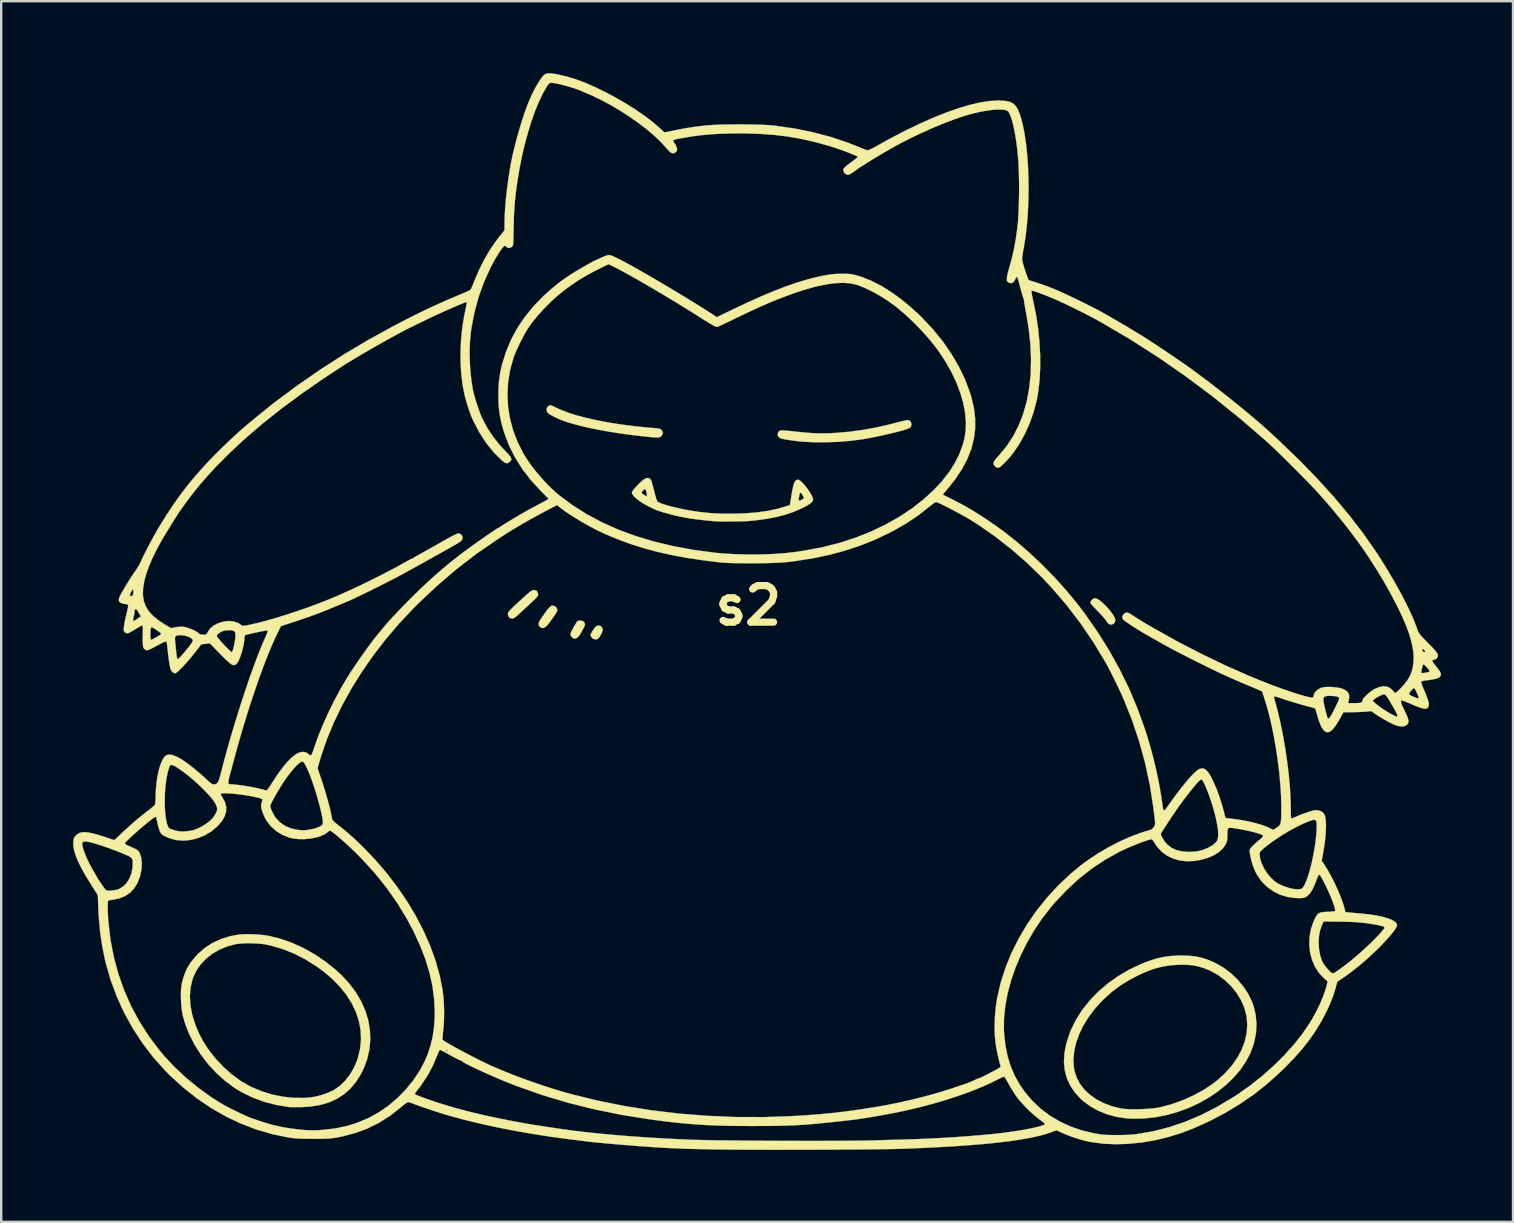
<source format=kicad_pcb>
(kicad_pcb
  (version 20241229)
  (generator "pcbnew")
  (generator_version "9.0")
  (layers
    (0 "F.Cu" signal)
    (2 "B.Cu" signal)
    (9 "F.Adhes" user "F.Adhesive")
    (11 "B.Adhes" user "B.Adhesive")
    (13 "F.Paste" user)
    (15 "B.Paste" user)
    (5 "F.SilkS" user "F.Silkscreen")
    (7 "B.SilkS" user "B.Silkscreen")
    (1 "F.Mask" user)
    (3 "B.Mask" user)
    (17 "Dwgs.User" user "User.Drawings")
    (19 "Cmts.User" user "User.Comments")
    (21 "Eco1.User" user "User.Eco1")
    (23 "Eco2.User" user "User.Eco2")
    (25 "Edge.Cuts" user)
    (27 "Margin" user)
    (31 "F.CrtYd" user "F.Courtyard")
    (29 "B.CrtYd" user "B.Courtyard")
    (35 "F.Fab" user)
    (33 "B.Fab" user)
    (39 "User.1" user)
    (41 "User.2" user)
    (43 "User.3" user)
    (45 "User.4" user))
  (footprint "s2"
    (layer "F.Cu")
    (at 28.135 22.188)
    (property "Reference" "s2" (at 0 0 0) (layer "F.SilkS") (effects (font (size 1.524 1.524) (thickness 0.3))))
    (attr through_hole)
    (fp_poly (pts (xy -6.165 0.845) (xy -6.101 0.903) (xy -6.069 0.993) (xy -6.068 1.018) (xy -6.082 1.08) (xy -6.12 1.165) (xy -6.17 1.256) (xy -6.223 1.335) (xy -6.269 1.386) (xy -6.282 1.394) (xy -6.389 1.41) (xy -6.48 1.374) (xy -6.517 1.337) (xy -6.557 1.277) (xy -6.575 1.233) (xy -6.576 1.231) (xy -6.559 1.177) (xy -6.518 1.098) (xy -6.462 1.008) (xy -6.403 0.927) (xy -6.352 0.87) (xy -6.339 0.86) (xy -6.248 0.828) (xy -6.165 0.845)) (stroke (width 0.01) (type solid)) (fill yes) (layer "F.SilkS"))
    (fp_poly (pts (xy -6.992 0.626) (xy -6.907 0.641) (xy -6.855 0.676) (xy -6.831 0.713) (xy -6.811 0.754) (xy -6.806 0.792) (xy -6.82 0.842) (xy -6.854 0.916) (xy -6.9 1.003) (xy -6.989 1.162) (xy -7.065 1.272) (xy -7.133 1.339) (xy -7.198 1.369) (xy -7.267 1.365) (xy -7.303 1.353) (xy -7.36 1.309) (xy -7.396 1.251) (xy -7.408 1.2) (xy -7.4 1.145) (xy -7.369 1.068) (xy -7.339 1.009) (xy -7.28 0.901) (xy -7.218 0.793) (xy -7.181 0.731) (xy -7.133 0.662) (xy -7.091 0.631) (xy -7.032 0.624) (xy -6.992 0.626)) (stroke (width 0.01) (type solid)) (fill yes) (layer "F.SilkS"))
    (fp_poly (pts (xy -8.065 0.023) (xy -7.995 0.082) (xy -7.96 0.16) (xy -7.959 0.177) (xy -7.974 0.235) (xy -8.015 0.316) (xy -8.05 0.371) (xy -8.123 0.474) (xy -8.202 0.588) (xy -8.238 0.639) (xy -8.349 0.786) (xy -8.445 0.882) (xy -8.529 0.93) (xy -8.605 0.932) (xy -8.677 0.889) (xy -8.692 0.875) (xy -8.732 0.823) (xy -8.743 0.767) (xy -8.726 0.696) (xy -8.676 0.602) (xy -8.591 0.474) (xy -8.588 0.47) (xy -8.473 0.307) (xy -8.383 0.185) (xy -8.313 0.1) (xy -8.258 0.044) (xy -8.212 0.013) (xy -8.17 0.001) (xy -8.153 0) (xy -8.065 0.023)) (stroke (width 0.01) (type solid)) (fill yes) (layer "F.SilkS"))
    (fp_poly (pts (xy 14.528 -0.288) (xy 14.63 -0.226) (xy 14.745 -0.134) (xy 14.867 -0.02) (xy 14.987 0.108) (xy 15.098 0.241) (xy 15.191 0.37) (xy 15.259 0.486) (xy 15.293 0.582) (xy 15.296 0.609) (xy 15.273 0.698) (xy 15.215 0.762) (xy 15.136 0.791) (xy 15.052 0.78) (xy 15.011 0.755) (xy 14.972 0.712) (xy 14.918 0.64) (xy 14.886 0.594) (xy 14.834 0.526) (xy 14.752 0.431) (xy 14.651 0.321) (xy 14.541 0.208) (xy 14.527 0.194) (xy 14.427 0.092) (xy 14.343 0.000274) (xy 14.283 -0.071) (xy 14.254 -0.115) (xy 14.252 -0.12) (xy 14.276 -0.193) (xy 14.335 -0.26) (xy 14.41 -0.303) (xy 14.449 -0.31) (xy 14.528 -0.288)) (stroke (width 0.01) (type solid)) (fill yes) (layer "F.SilkS"))
    (fp_poly (pts (xy -8.847 -0.634) (xy -8.792 -0.584) (xy -8.761 -0.49) (xy -8.757 -0.458) (xy -8.765 -0.426) (xy -8.788 -0.386) (xy -8.832 -0.334) (xy -8.902 -0.262) (xy -9.004 -0.164) (xy -9.12 -0.055) (xy -9.299 0.112) (xy -9.441 0.243) (xy -9.552 0.345) (xy -9.637 0.42) (xy -9.7 0.472) (xy -9.746 0.506) (xy -9.781 0.525) (xy -9.81 0.534) (xy -9.836 0.536) (xy -9.845 0.536) (xy -9.921 0.519) (xy -9.972 0.485) (xy -10.006 0.419) (xy -10.019 0.345) (xy -10.015 0.314) (xy -10 0.278) (xy -9.968 0.234) (xy -9.915 0.175) (xy -9.837 0.096) (xy -9.728 -0.008) (xy -9.583 -0.143) (xy -9.525 -0.196) (xy -9.366 -0.341) (xy -9.243 -0.452) (xy -9.148 -0.533) (xy -9.077 -0.589) (xy -9.024 -0.624) (xy -8.982 -0.642) (xy -8.947 -0.649) (xy -8.936 -0.649) (xy -8.847 -0.634)) (stroke (width 0.01) (type solid)) (fill yes) (layer "F.SilkS"))
    (fp_poly (pts (xy -8.193 -8.335) (xy -8.119 -8.303) (xy -8.009 -8.25) (xy -7.768 -8.14) (xy -7.498 -8.037) (xy -7.195 -7.94) (xy -6.854 -7.848) (xy -6.469 -7.758) (xy -6.035 -7.67) (xy -5.836 -7.633) (xy -5.631 -7.599) (xy -5.386 -7.562) (xy -5.116 -7.525) (xy -4.835 -7.49) (xy -4.559 -7.458) (xy -4.302 -7.431) (xy -4.079 -7.411) (xy -3.989 -7.405) (xy -3.85 -7.394) (xy -3.755 -7.383) (xy -3.692 -7.367) (xy -3.649 -7.345) (xy -3.621 -7.32) (xy -3.566 -7.237) (xy -3.567 -7.154) (xy -3.624 -7.069) (xy -3.625 -7.068) (xy -3.653 -7.042) (xy -3.682 -7.023) (xy -3.721 -7.011) (xy -3.775 -7.005) (xy -3.854 -7.006) (xy -3.963 -7.013) (xy -4.11 -7.027) (xy -4.303 -7.046) (xy -4.403 -7.057) (xy -4.862 -7.11) (xy -5.317 -7.172) (xy -5.762 -7.242) (xy -6.19 -7.318) (xy -6.593 -7.4) (xy -6.966 -7.485) (xy -7.301 -7.573) (xy -7.592 -7.662) (xy -7.788 -7.732) (xy -7.927 -7.791) (xy -8.066 -7.857) (xy -8.192 -7.924) (xy -8.294 -7.984) (xy -8.357 -8.032) (xy -8.363 -8.038) (xy -8.404 -8.12) (xy -8.402 -8.211) (xy -8.361 -8.292) (xy -8.32 -8.324) (xy -8.281 -8.343) (xy -8.243 -8.347) (xy -8.193 -8.335)) (stroke (width 0.01) (type solid)) (fill yes) (layer "F.SilkS"))
    (fp_poly (pts (xy 6.725 -7.708) (xy 6.779 -7.642) (xy 6.798 -7.549) (xy 6.796 -7.531) (xy 6.779 -7.461) (xy 6.733 -7.413) (xy 6.685 -7.387) (xy 6.604 -7.355) (xy 6.476 -7.315) (xy 6.309 -7.268) (xy 6.112 -7.218) (xy 5.894 -7.165) (xy 5.663 -7.112) (xy 5.428 -7.06) (xy 5.197 -7.013) (xy 4.979 -6.971) (xy 4.783 -6.937) (xy 4.741 -6.93) (xy 4.258 -6.868) (xy 3.752 -6.826) (xy 3.242 -6.806) (xy 2.746 -6.807) (xy 2.282 -6.832) (xy 2.277 -6.832) (xy 2.077 -6.851) (xy 1.882 -6.874) (xy 1.7 -6.9) (xy 1.541 -6.926) (xy 1.415 -6.952) (xy 1.33 -6.976) (xy 1.306 -6.988) (xy 1.243 -7.055) (xy 1.222 -7.137) (xy 1.24 -7.217) (xy 1.296 -7.278) (xy 1.344 -7.299) (xy 1.395 -7.302) (xy 1.491 -7.298) (xy 1.622 -7.288) (xy 1.777 -7.273) (xy 1.915 -7.258) (xy 2.3 -7.217) (xy 2.646 -7.191) (xy 2.968 -7.179) (xy 3.282 -7.18) (xy 3.602 -7.195) (xy 3.627 -7.196) (xy 4.215 -7.247) (xy 4.784 -7.324) (xy 5.352 -7.428) (xy 5.94 -7.564) (xy 6.106 -7.607) (xy 6.266 -7.649) (xy 6.41 -7.684) (xy 6.529 -7.712) (xy 6.612 -7.729) (xy 6.645 -7.733) (xy 6.725 -7.708)) (stroke (width 0.01) (type solid)) (fill yes) (layer "F.SilkS"))
    (fp_poly (pts (xy 18.375 14.591) (xy 18.652 14.622) (xy 18.909 14.678) (xy 19.166 14.764) (xy 19.438 14.883) (xy 19.504 14.915) (xy 19.818 15.097) (xy 20.114 15.322) (xy 20.386 15.583) (xy 20.626 15.87) (xy 20.828 16.176) (xy 20.985 16.493) (xy 21.05 16.671) (xy 21.141 17.047) (xy 21.178 17.421) (xy 21.159 17.798) (xy 21.085 18.182) (xy 21.064 18.26) (xy 20.929 18.632) (xy 20.742 18.991) (xy 20.509 19.335) (xy 20.232 19.66) (xy 19.917 19.965) (xy 19.568 20.247) (xy 19.188 20.503) (xy 18.782 20.732) (xy 18.355 20.93) (xy 17.91 21.095) (xy 17.451 21.226) (xy 16.983 21.318) (xy 16.51 21.371) (xy 16.036 21.381) (xy 15.72 21.363) (xy 15.327 21.303) (xy 14.945 21.198) (xy 14.583 21.05) (xy 14.25 20.865) (xy 13.952 20.644) (xy 13.847 20.549) (xy 13.602 20.279) (xy 13.41 19.99) (xy 13.271 19.683) (xy 13.186 19.358) (xy 13.153 19.014) (xy 13.158 18.925) (xy 13.548 18.925) (xy 13.568 19.255) (xy 13.589 19.375) (xy 13.677 19.657) (xy 13.815 19.921) (xy 14.001 20.164) (xy 14.23 20.382) (xy 14.501 20.572) (xy 14.808 20.733) (xy 15.149 20.861) (xy 15.52 20.954) (xy 15.523 20.955) (xy 15.68 20.975) (xy 15.878 20.987) (xy 16.106 20.99) (xy 16.348 20.986) (xy 16.592 20.974) (xy 16.824 20.955) (xy 17.031 20.929) (xy 17.173 20.903) (xy 17.63 20.781) (xy 18.084 20.62) (xy 18.524 20.425) (xy 18.94 20.202) (xy 19.319 19.955) (xy 19.544 19.782) (xy 19.865 19.489) (xy 20.142 19.179) (xy 20.371 18.855) (xy 20.553 18.52) (xy 20.685 18.177) (xy 20.765 17.831) (xy 20.793 17.485) (xy 20.767 17.141) (xy 20.76 17.097) (xy 20.672 16.763) (xy 20.532 16.441) (xy 20.347 16.137) (xy 20.12 15.856) (xy 19.857 15.605) (xy 19.563 15.387) (xy 19.242 15.21) (xy 18.967 15.1) (xy 18.744 15.033) (xy 18.527 14.99) (xy 18.298 14.968) (xy 18.041 14.964) (xy 17.921 14.967) (xy 17.576 14.993) (xy 17.251 15.045) (xy 16.934 15.127) (xy 16.61 15.244) (xy 16.264 15.399) (xy 16.214 15.424) (xy 15.829 15.628) (xy 15.487 15.843) (xy 15.173 16.077) (xy 14.872 16.343) (xy 14.718 16.495) (xy 14.422 16.823) (xy 14.167 17.166) (xy 13.953 17.517) (xy 13.782 17.874) (xy 13.656 18.23) (xy 13.578 18.582) (xy 13.548 18.925) (xy 13.158 18.925) (xy 13.173 18.651) (xy 13.247 18.269) (xy 13.373 17.867) (xy 13.451 17.672) (xy 13.659 17.251) (xy 13.919 16.845) (xy 14.226 16.459) (xy 14.576 16.096) (xy 14.966 15.76) (xy 15.393 15.454) (xy 15.851 15.183) (xy 16.337 14.949) (xy 16.369 14.936) (xy 16.706 14.804) (xy 17.016 14.706) (xy 17.317 14.639) (xy 17.624 14.599) (xy 17.953 14.582) (xy 18.062 14.582) (xy 18.375 14.591)) (stroke (width 0.01) (type solid)) (fill yes) (layer "F.SilkS"))
    (fp_poly (pts (xy -20.638 13.697) (xy -20.404 13.71) (xy -20.187 13.731) (xy -20.024 13.755) (xy -19.533 13.873) (xy -19.042 14.043) (xy -18.556 14.261) (xy -18.084 14.525) (xy -17.63 14.829) (xy -17.203 15.171) (xy -16.938 15.417) (xy -16.617 15.765) (xy -16.346 16.13) (xy -16.126 16.508) (xy -15.955 16.897) (xy -15.836 17.294) (xy -15.769 17.696) (xy -15.754 18.099) (xy -15.792 18.501) (xy -15.883 18.899) (xy -16.029 19.289) (xy -16.146 19.526) (xy -16.354 19.854) (xy -16.593 20.137) (xy -16.864 20.374) (xy -17.168 20.566) (xy -17.506 20.715) (xy -17.879 20.819) (xy -18.287 20.881) (xy -18.598 20.898) (xy -18.758 20.901) (xy -18.906 20.902) (xy -19.028 20.901) (xy -19.112 20.898) (xy -19.135 20.896) (xy -19.671 20.809) (xy -20.185 20.675) (xy -20.671 20.495) (xy -21.125 20.271) (xy -21.383 20.116) (xy -21.786 19.821) (xy -22.164 19.483) (xy -22.511 19.109) (xy -22.821 18.704) (xy -23.09 18.276) (xy -23.311 17.833) (xy -23.411 17.582) (xy -23.498 17.329) (xy -23.561 17.104) (xy -23.603 16.889) (xy -23.629 16.664) (xy -23.642 16.433) (xy -23.646 16.265) (xy -23.272 16.265) (xy -23.251 16.649) (xy -23.175 17.049) (xy -23.045 17.466) (xy -22.91 17.793) (xy -22.71 18.175) (xy -22.463 18.549) (xy -22.177 18.906) (xy -21.859 19.24) (xy -21.517 19.542) (xy -21.158 19.805) (xy -20.789 20.021) (xy -20.711 20.06) (xy -20.285 20.237) (xy -19.84 20.374) (xy -19.385 20.466) (xy -18.931 20.514) (xy -18.487 20.516) (xy -18.184 20.487) (xy -17.971 20.446) (xy -17.74 20.381) (xy -17.515 20.3) (xy -17.317 20.21) (xy -17.279 20.19) (xy -17.035 20.023) (xy -16.81 19.809) (xy -16.61 19.554) (xy -16.439 19.265) (xy -16.304 18.95) (xy -16.274 18.86) (xy -16.18 18.472) (xy -16.141 18.084) (xy -16.157 17.698) (xy -16.227 17.317) (xy -16.35 16.942) (xy -16.524 16.575) (xy -16.75 16.219) (xy -17.026 15.874) (xy -17.351 15.544) (xy -17.725 15.23) (xy -17.996 15.034) (xy -18.457 14.744) (xy -18.916 14.507) (xy -19.381 14.319) (xy -19.86 14.177) (xy -20.112 14.121) (xy -20.273 14.098) (xy -20.469 14.082) (xy -20.684 14.073) (xy -20.903 14.072) (xy -21.108 14.08) (xy -21.283 14.095) (xy -21.364 14.108) (xy -21.712 14.2) (xy -22.036 14.334) (xy -22.331 14.505) (xy -22.594 14.71) (xy -22.818 14.944) (xy -23 15.204) (xy -23.133 15.486) (xy -23.154 15.545) (xy -23.24 15.897) (xy -23.272 16.265) (xy -23.646 16.265) (xy -23.647 16.207) (xy -23.643 16.022) (xy -23.627 15.86) (xy -23.598 15.707) (xy -23.555 15.545) (xy -23.523 15.448) (xy -23.452 15.251) (xy -23.373 15.085) (xy -23.273 14.924) (xy -23.197 14.817) (xy -22.944 14.521) (xy -22.654 14.267) (xy -22.33 14.058) (xy -21.974 13.893) (xy -21.589 13.774) (xy -21.259 13.713) (xy -21.084 13.698) (xy -20.871 13.693) (xy -20.638 13.697)) (stroke (width 0.01) (type solid)) (fill yes) (layer "F.SilkS"))
    (fp_poly (pts (xy -4.079 -5.268) (xy -4.054 -5.228) (xy -4.033 -5.172) (xy -4.003 -5.074) (xy -3.968 -4.947) (xy -3.932 -4.803) (xy -3.924 -4.77) (xy -3.887 -4.627) (xy -3.851 -4.501) (xy -3.819 -4.403) (xy -3.794 -4.346) (xy -3.789 -4.34) (xy -3.733 -4.302) (xy -3.628 -4.258) (xy -3.483 -4.208) (xy -3.305 -4.156) (xy -3.101 -4.104) (xy -2.88 -4.052) (xy -2.648 -4.004) (xy -2.413 -3.961) (xy -2.368 -3.954) (xy -2.088 -3.911) (xy -1.83 -3.879) (xy -1.578 -3.856) (xy -1.317 -3.841) (xy -1.028 -3.833) (xy -0.748 -3.831) (xy -0.193 -3.842) (xy 0.315 -3.879) (xy 0.781 -3.943) (xy 1.21 -4.033) (xy 1.537 -4.127) (xy 1.733 -4.191) (xy 1.766 -4.398) (xy 2.096 -4.398) (xy 2.12 -4.377) (xy 2.178 -4.392) (xy 2.231 -4.418) (xy 2.289 -4.452) (xy 2.309 -4.488) (xy 2.295 -4.541) (xy 2.255 -4.613) (xy 2.205 -4.686) (xy 2.17 -4.708) (xy 2.146 -4.678) (xy 2.133 -4.628) (xy 2.115 -4.533) (xy 2.1 -4.459) (xy 2.096 -4.398) (xy 1.766 -4.398) (xy 1.795 -4.58) (xy 1.832 -4.797) (xy 1.868 -4.964) (xy 1.903 -5.086) (xy 1.942 -5.17) (xy 1.985 -5.221) (xy 2.036 -5.245) (xy 2.076 -5.249) (xy 2.134 -5.226) (xy 2.212 -5.163) (xy 2.303 -5.07) (xy 2.399 -4.955) (xy 2.493 -4.829) (xy 2.578 -4.701) (xy 2.646 -4.58) (xy 2.69 -4.476) (xy 2.697 -4.452) (xy 2.695 -4.388) (xy 2.655 -4.321) (xy 2.573 -4.249) (xy 2.446 -4.169) (xy 2.27 -4.076) (xy 2.217 -4.05) (xy 1.889 -3.908) (xy 1.543 -3.79) (xy 1.172 -3.693) (xy 0.767 -3.615) (xy 0.32 -3.555) (xy 0.056 -3.529) (xy -0.069 -3.52) (xy -0.233 -3.514) (xy -0.425 -3.509) (xy -0.631 -3.506) (xy -0.84 -3.505) (xy -1.04 -3.505) (xy -1.217 -3.508) (xy -1.359 -3.513) (xy -1.439 -3.518) (xy -1.798 -3.554) (xy -2.11 -3.589) (xy -2.387 -3.627) (xy -2.639 -3.668) (xy -2.877 -3.715) (xy -3.111 -3.769) (xy -3.351 -3.833) (xy -3.528 -3.883) (xy -3.635 -3.915) (xy -3.718 -3.94) (xy -3.788 -3.965) (xy -3.859 -3.994) (xy -3.944 -4.033) (xy -4.055 -4.086) (xy -4.19 -4.152) (xy -4.354 -4.241) (xy -4.508 -4.34) (xy -4.642 -4.441) (xy -4.75 -4.539) (xy -4.823 -4.627) (xy -4.854 -4.698) (xy -4.854 -4.7) (xy -4.448 -4.7) (xy -4.443 -4.689) (xy -4.362 -4.624) (xy -4.291 -4.577) (xy -4.243 -4.557) (xy -4.234 -4.558) (xy -4.227 -4.59) (xy -4.232 -4.66) (xy -4.241 -4.712) (xy -4.263 -4.793) (xy -4.288 -4.844) (xy -4.303 -4.854) (xy -4.346 -4.836) (xy -4.394 -4.793) (xy -4.433 -4.742) (xy -4.448 -4.7) (xy -4.854 -4.7) (xy -4.854 -4.706) (xy -4.835 -4.755) (xy -4.782 -4.831) (xy -4.704 -4.924) (xy -4.612 -5.025) (xy -4.513 -5.123) (xy -4.418 -5.208) (xy -4.347 -5.263) (xy -4.239 -5.317) (xy -4.15 -5.319) (xy -4.079 -5.268)) (stroke (width 0.01) (type solid)) (fill yes) (layer "F.SilkS"))
    (fp_poly (pts (xy -8.153 -22.171) (xy -7.958 -22.14) (xy -7.734 -22.09) (xy -7.491 -22.025) (xy -7.239 -21.949) (xy -6.989 -21.863) (xy -6.773 -21.779) (xy -6.358 -21.596) (xy -5.935 -21.389) (xy -5.514 -21.163) (xy -5.102 -20.924) (xy -4.71 -20.677) (xy -4.345 -20.426) (xy -4.015 -20.177) (xy -3.73 -19.936) (xy -3.68 -19.89) (xy -3.498 -19.719) (xy -3.068 -19.807) (xy -2.863 -19.848) (xy -2.687 -19.881) (xy -2.525 -19.909) (xy -2.36 -19.934) (xy -2.178 -19.96) (xy -1.962 -19.987) (xy -1.849 -20.001) (xy -1.669 -20.018) (xy -1.442 -20.032) (xy -1.179 -20.043) (xy -0.889 -20.05) (xy -0.582 -20.053) (xy -0.268 -20.054) (xy 0.043 -20.051) (xy 0.341 -20.044) (xy 0.617 -20.035) (xy 0.86 -20.022) (xy 1.061 -20.006) (xy 1.101 -20.001) (xy 1.908 -19.886) (xy 2.689 -19.728) (xy 3.44 -19.53) (xy 4.155 -19.29) (xy 4.594 -19.116) (xy 4.72 -19.064) (xy 4.831 -19.019) (xy 4.915 -18.988) (xy 4.956 -18.974) (xy 5.004 -18.982) (xy 5.091 -19.017) (xy 5.221 -19.082) (xy 5.395 -19.177) (xy 5.493 -19.233) (xy 5.672 -19.333) (xy 5.884 -19.449) (xy 6.112 -19.57) (xy 6.339 -19.688) (xy 6.545 -19.794) (xy 6.548 -19.795) (xy 7.141 -20.081) (xy 7.704 -20.331) (xy 8.237 -20.545) (xy 8.737 -20.721) (xy 9.203 -20.861) (xy 9.634 -20.962) (xy 10.028 -21.025) (xy 10.384 -21.049) (xy 10.562 -21.046) (xy 10.76 -21.026) (xy 10.919 -20.986) (xy 11.045 -20.918) (xy 11.147 -20.818) (xy 11.233 -20.677) (xy 11.31 -20.49) (xy 11.347 -20.377) (xy 11.436 -20.045) (xy 11.511 -19.666) (xy 11.573 -19.246) (xy 11.62 -18.795) (xy 11.654 -18.32) (xy 11.674 -17.827) (xy 11.679 -17.325) (xy 11.67 -16.822) (xy 11.646 -16.324) (xy 11.607 -15.839) (xy 11.553 -15.376) (xy 11.485 -14.941) (xy 11.456 -14.791) (xy 11.432 -14.659) (xy 11.416 -14.538) (xy 11.409 -14.445) (xy 11.411 -14.406) (xy 11.428 -14.326) (xy 11.458 -14.217) (xy 11.496 -14.089) (xy 11.539 -13.955) (xy 11.583 -13.824) (xy 11.625 -13.709) (xy 11.66 -13.62) (xy 11.685 -13.569) (xy 11.693 -13.562) (xy 11.994 -13.467) (xy 12.256 -13.379) (xy 12.492 -13.294) (xy 12.718 -13.204) (xy 12.752 -13.191) (xy 12.907 -13.124) (xy 13.101 -13.037) (xy 13.323 -12.934) (xy 13.562 -12.82) (xy 13.809 -12.701) (xy 14.052 -12.582) (xy 14.279 -12.468) (xy 14.482 -12.365) (xy 14.648 -12.277) (xy 14.676 -12.261) (xy 14.798 -12.193) (xy 14.955 -12.104) (xy 15.134 -12.001) (xy 15.325 -11.89) (xy 15.516 -11.779) (xy 15.696 -11.674) (xy 15.854 -11.58) (xy 15.978 -11.506) (xy 16.016 -11.482) (xy 16.129 -11.413) (xy 16.261 -11.332) (xy 16.383 -11.258) (xy 16.52 -11.173) (xy 16.694 -11.061) (xy 16.898 -10.928) (xy 17.124 -10.779) (xy 17.362 -10.62) (xy 17.605 -10.456) (xy 17.844 -10.293) (xy 18.071 -10.137) (xy 18.278 -9.993) (xy 18.456 -9.866) (xy 18.556 -9.794) (xy 19.189 -9.322) (xy 19.803 -8.846) (xy 20.419 -8.352) (xy 20.823 -8.018) (xy 21.01 -7.863) (xy 21.17 -7.727) (xy 21.314 -7.604) (xy 21.45 -7.485) (xy 21.588 -7.362) (xy 21.737 -7.226) (xy 21.905 -7.071) (xy 22.103 -6.886) (xy 22.169 -6.825) (xy 22.969 -6.054) (xy 23.714 -5.288) (xy 24.403 -4.528) (xy 25.035 -3.774) (xy 25.612 -3.025) (xy 26.132 -2.282) (xy 26.323 -1.99) (xy 26.615 -1.521) (xy 26.886 -1.064) (xy 27.133 -0.625) (xy 27.354 -0.208) (xy 27.546 0.182) (xy 27.707 0.54) (xy 27.834 0.861) (xy 27.858 0.93) (xy 27.888 1.014) (xy 27.916 1.083) (xy 27.948 1.143) (xy 27.992 1.205) (xy 28.054 1.277) (xy 28.139 1.368) (xy 28.255 1.486) (xy 28.319 1.552) (xy 28.472 1.708) (xy 28.587 1.831) (xy 28.667 1.927) (xy 28.717 2.002) (xy 28.739 2.062) (xy 28.738 2.112) (xy 28.717 2.157) (xy 28.708 2.172) (xy 28.648 2.226) (xy 28.586 2.253) (xy 28.525 2.269) (xy 28.496 2.284) (xy 28.503 2.314) (xy 28.541 2.375) (xy 28.602 2.458) (xy 28.647 2.514) (xy 28.751 2.644) (xy 28.819 2.742) (xy 28.854 2.819) (xy 28.862 2.88) (xy 28.856 2.911) (xy 28.824 2.963) (xy 28.763 3.007) (xy 28.665 3.044) (xy 28.525 3.076) (xy 28.338 3.105) (xy 28.213 3.121) (xy 28.123 3.136) (xy 28.058 3.156) (xy 28.036 3.172) (xy 28.041 3.21) (xy 28.066 3.287) (xy 28.106 3.391) (xy 28.14 3.472) (xy 28.23 3.684) (xy 28.295 3.852) (xy 28.338 3.983) (xy 28.358 4.083) (xy 28.359 4.16) (xy 28.341 4.22) (xy 28.324 4.248) (xy 28.279 4.285) (xy 28.212 4.298) (xy 28.116 4.286) (xy 27.986 4.249) (xy 27.817 4.184) (xy 27.671 4.122) (xy 27.532 4.062) (xy 27.41 4.012) (xy 27.314 3.974) (xy 27.255 3.954) (xy 27.243 3.951) (xy 27.208 3.961) (xy 27.196 3.994) (xy 27.207 4.057) (xy 27.243 4.154) (xy 27.306 4.292) (xy 27.346 4.374) (xy 27.428 4.546) (xy 27.481 4.678) (xy 27.509 4.779) (xy 27.511 4.855) (xy 27.489 4.915) (xy 27.445 4.968) (xy 27.444 4.969) (xy 27.345 5.024) (xy 27.214 5.038) (xy 27.056 5.011) (xy 26.896 4.952) (xy 26.721 4.867) (xy 26.526 4.762) (xy 26.333 4.648) (xy 26.163 4.539) (xy 26.113 4.504) (xy 25.965 4.398) (xy 25.75 4.418) (xy 25.635 4.426) (xy 25.484 4.433) (xy 25.317 4.439) (xy 25.167 4.442) (xy 24.798 4.445) (xy 24.683 4.66) (xy 24.548 4.894) (xy 24.425 5.073) (xy 24.312 5.197) (xy 24.207 5.266) (xy 24.11 5.279) (xy 24.019 5.237) (xy 23.933 5.14) (xy 23.851 4.986) (xy 23.771 4.776) (xy 23.695 4.517) (xy 23.663 4.402) (xy 23.638 4.33) (xy 23.612 4.289) (xy 23.579 4.267) (xy 23.535 4.254) (xy 23.299 4.194) (xy 23.039 4.122) (xy 22.774 4.045) (xy 22.526 3.969) (xy 22.348 3.91) (xy 23.963 3.91) (xy 23.974 4.017) (xy 23.99 4.105) (xy 24.017 4.229) (xy 24.048 4.361) (xy 24.081 4.486) (xy 24.111 4.592) (xy 24.135 4.665) (xy 24.145 4.686) (xy 24.169 4.707) (xy 24.199 4.697) (xy 24.24 4.649) (xy 24.296 4.56) (xy 24.369 4.425) (xy 24.384 4.397) (xy 24.451 4.265) (xy 24.513 4.137) (xy 24.562 4.03) (xy 24.587 3.969) (xy 24.614 3.89) (xy 24.62 3.848) (xy 24.604 3.824) (xy 24.575 3.807) (xy 24.499 3.782) (xy 24.388 3.766) (xy 24.263 3.759) (xy 24.147 3.762) (xy 24.074 3.773) (xy 24.01 3.799) (xy 23.974 3.841) (xy 23.963 3.91) (xy 22.348 3.91) (xy 22.337 3.907) (xy 22.172 3.851) (xy 22.054 3.814) (xy 21.975 3.793) (xy 21.928 3.787) (xy 21.907 3.795) (xy 21.905 3.816) (xy 21.908 3.831) (xy 22.041 4.318) (xy 22.165 4.84) (xy 22.276 5.386) (xy 22.374 5.945) (xy 22.457 6.505) (xy 22.523 7.056) (xy 22.571 7.585) (xy 22.599 8.083) (xy 22.606 8.427) (xy 22.607 8.576) (xy 22.61 8.705) (xy 22.614 8.802) (xy 22.619 8.859) (xy 22.622 8.868) (xy 22.653 8.865) (xy 22.722 8.841) (xy 22.815 8.802) (xy 22.845 8.789) (xy 23.004 8.72) (xy 23.172 8.656) (xy 23.335 8.6) (xy 23.482 8.556) (xy 23.6 8.53) (xy 23.662 8.523) (xy 23.806 8.544) (xy 23.925 8.603) (xy 24.005 8.694) (xy 24.007 8.697) (xy 24.043 8.805) (xy 24.065 8.961) (xy 24.074 9.157) (xy 24.068 9.389) (xy 24.049 9.648) (xy 24.016 9.928) (xy 23.97 10.222) (xy 23.955 10.303) (xy 23.895 10.63) (xy 23.98 10.755) (xy 24.129 10.991) (xy 24.28 11.261) (xy 24.427 11.55) (xy 24.564 11.847) (xy 24.685 12.137) (xy 24.783 12.407) (xy 24.846 12.62) (xy 24.884 12.771) (xy 25.064 12.79) (xy 25.165 12.8) (xy 25.304 12.813) (xy 25.46 12.827) (xy 25.604 12.84) (xy 25.913 12.874) (xy 26.193 12.918) (xy 26.44 12.971) (xy 26.649 13.031) (xy 26.818 13.097) (xy 26.941 13.169) (xy 27.015 13.243) (xy 27.037 13.312) (xy 27.016 13.383) (xy 26.956 13.486) (xy 26.86 13.617) (xy 26.733 13.771) (xy 26.578 13.945) (xy 26.4 14.134) (xy 26.201 14.334) (xy 25.986 14.54) (xy 25.759 14.748) (xy 25.71 14.791) (xy 25.531 14.945) (xy 25.323 15.112) (xy 25.106 15.281) (xy 24.895 15.436) (xy 24.72 15.558) (xy 24.541 15.678) (xy 24.479 15.919) (xy 24.372 16.267) (xy 24.225 16.639) (xy 24.043 17.023) (xy 23.831 17.41) (xy 23.594 17.79) (xy 23.347 18.142) (xy 23.056 18.506) (xy 22.722 18.881) (xy 22.357 19.257) (xy 21.969 19.624) (xy 21.569 19.973) (xy 21.168 20.294) (xy 21.054 20.379) (xy 20.468 20.781) (xy 19.849 21.153) (xy 19.209 21.488) (xy 18.559 21.78) (xy 18.062 21.971) (xy 17.518 22.142) (xy 16.965 22.276) (xy 16.41 22.372) (xy 15.86 22.428) (xy 15.322 22.446) (xy 14.804 22.424) (xy 14.314 22.36) (xy 14.068 22.31) (xy 13.844 22.251) (xy 13.599 22.175) (xy 13.357 22.089) (xy 13.141 22.002) (xy 13.087 21.977) (xy 12.839 21.863) (xy 12.692 21.922) (xy 12.432 22.012) (xy 12.12 22.097) (xy 11.757 22.177) (xy 11.342 22.251) (xy 10.874 22.319) (xy 10.353 22.382) (xy 9.779 22.439) (xy 9.15 22.491) (xy 8.467 22.538) (xy 7.729 22.579) (xy 6.935 22.616) (xy 6.406 22.636) (xy 6.221 22.641) (xy 5.985 22.646) (xy 5.702 22.651) (xy 5.378 22.655) (xy 5.018 22.66) (xy 4.627 22.663) (xy 4.21 22.667) (xy 3.772 22.669) (xy 3.319 22.672) (xy 2.855 22.674) (xy 2.385 22.675) (xy 1.915 22.676) (xy 1.449 22.677) (xy 0.994 22.677) (xy 0.553 22.676) (xy 0.132 22.675) (xy -0.265 22.673) (xy -0.631 22.671) (xy -0.961 22.668) (xy -1.252 22.665) (xy -1.383 22.663) (xy -1.842 22.654) (xy -2.255 22.644) (xy -2.635 22.633) (xy -2.992 22.62) (xy -3.337 22.604) (xy -3.682 22.585) (xy -4.038 22.562) (xy -4.417 22.535) (xy -4.829 22.503) (xy -4.981 22.491) (xy -5.35 22.461) (xy -5.693 22.432) (xy -6.004 22.404) (xy -6.279 22.378) (xy -6.512 22.354) (xy -6.697 22.333) (xy -6.773 22.324) (xy -6.876 22.311) (xy -7.02 22.292) (xy -7.188 22.271) (xy -7.365 22.249) (xy -7.451 22.239) (xy -8.21 22.137) (xy -8.971 22.019) (xy -9.723 21.888) (xy -10.458 21.744) (xy -11.165 21.59) (xy -11.837 21.427) (xy -12.462 21.257) (xy -12.545 21.233) (xy -12.698 21.187) (xy -12.883 21.129) (xy -13.087 21.062) (xy -13.3 20.991) (xy -13.508 20.921) (xy -13.7 20.854) (xy -13.863 20.795) (xy -13.985 20.749) (xy -13.992 20.746) (xy -14.082 20.714) (xy -14.155 20.692) (xy -14.185 20.687) (xy -14.221 20.705) (xy -14.29 20.753) (xy -14.383 20.825) (xy -14.488 20.913) (xy -14.502 20.924) (xy -14.932 21.262) (xy -15.383 21.548) (xy -15.86 21.786) (xy -16.364 21.974) (xy -16.899 22.116) (xy -17.032 22.144) (xy -17.163 22.168) (xy -17.277 22.187) (xy -17.384 22.2) (xy -17.497 22.21) (xy -17.626 22.216) (xy -17.783 22.219) (xy -17.979 22.22) (xy -18.119 22.221) (xy -18.358 22.22) (xy -18.552 22.217) (xy -18.712 22.212) (xy -18.851 22.203) (xy -18.98 22.19) (xy -19.11 22.172) (xy -19.183 22.161) (xy -19.85 22.023) (xy -20.505 21.831) (xy -21.147 21.586) (xy -21.774 21.288) (xy -22.383 20.939) (xy -22.971 20.541) (xy -23.539 20.093) (xy -24.082 19.598) (xy -24.304 19.375) (xy -24.797 18.823) (xy -25.246 18.237) (xy -25.65 17.619) (xy -26.007 16.973) (xy -26.315 16.301) (xy -26.573 15.606) (xy -26.779 14.891) (xy -26.809 14.767) (xy -26.926 14.195) (xy -27.012 13.607) (xy -27.068 12.989) (xy -27.09 12.573) (xy -27.091 12.54) (xy -26.697 12.54) (xy -26.695 12.698) (xy -26.688 12.881) (xy -26.676 13.081) (xy -26.669 13.169) (xy -26.582 13.916) (xy -26.442 14.644) (xy -26.251 15.352) (xy -26.008 16.039) (xy -25.714 16.703) (xy -25.369 17.342) (xy -24.975 17.956) (xy -24.532 18.542) (xy -24.354 18.754) (xy -23.916 19.224) (xy -23.432 19.676) (xy -22.914 20.101) (xy -22.371 20.491) (xy -21.978 20.74) (xy -21.832 20.823) (xy -21.651 20.92) (xy -21.449 21.022) (xy -21.24 21.124) (xy -21.039 21.218) (xy -20.86 21.297) (xy -20.729 21.35) (xy -20.611 21.393) (xy -20.466 21.443) (xy -20.305 21.495) (xy -20.143 21.547) (xy -19.991 21.593) (xy -19.863 21.631) (xy -19.772 21.655) (xy -19.752 21.659) (xy -19.671 21.676) (xy -19.563 21.7) (xy -19.487 21.717) (xy -19.389 21.737) (xy -19.254 21.76) (xy -19.102 21.783) (xy -18.979 21.8) (xy -18.718 21.832) (xy -18.497 21.853) (xy -18.3 21.864) (xy -18.11 21.866) (xy -17.914 21.859) (xy -17.694 21.844) (xy -17.686 21.843) (xy -17.191 21.784) (xy -16.729 21.686) (xy -16.287 21.547) (xy -15.851 21.363) (xy -15.784 21.331) (xy -15.372 21.1) (xy -14.977 20.823) (xy -14.606 20.506) (xy -14.459 20.355) (xy -13.89 20.355) (xy -13.878 20.37) (xy -13.834 20.393) (xy -13.745 20.43) (xy -13.618 20.479) (xy -13.462 20.535) (xy -13.285 20.597) (xy -13.094 20.662) (xy -12.899 20.726) (xy -12.728 20.781) (xy -12.192 20.94) (xy -11.621 21.091) (xy -11.009 21.237) (xy -10.35 21.378) (xy -9.775 21.491) (xy -9.591 21.525) (xy -9.423 21.556) (xy -9.262 21.584) (xy -9.1 21.612) (xy -8.929 21.64) (xy -8.74 21.67) (xy -8.524 21.703) (xy -8.275 21.74) (xy -7.983 21.784) (xy -7.775 21.815) (xy -7.287 21.881) (xy -6.75 21.945) (xy -6.169 22.006) (xy -5.552 22.062) (xy -4.906 22.115) (xy -4.237 22.162) (xy -3.552 22.203) (xy -2.857 22.238) (xy -2.451 22.256) (xy -2.24 22.263) (xy -1.979 22.27) (xy -1.674 22.276) (xy -1.33 22.282) (xy -0.952 22.287) (xy -0.546 22.291) (xy -0.117 22.295) (xy 0.33 22.299) (xy 0.79 22.302) (xy 1.256 22.304) (xy 1.725 22.306) (xy 2.19 22.307) (xy 2.646 22.307) (xy 3.089 22.307) (xy 3.512 22.306) (xy 3.91 22.304) (xy 4.279 22.301) (xy 4.612 22.298) (xy 4.905 22.294) (xy 5.152 22.289) (xy 5.348 22.283) (xy 5.348 22.283) (xy 5.513 22.277) (xy 5.716 22.271) (xy 5.941 22.264) (xy 6.171 22.258) (xy 6.388 22.253) (xy 6.392 22.253) (xy 6.935 22.236) (xy 7.491 22.213) (xy 8.051 22.185) (xy 8.605 22.151) (xy 9.144 22.113) (xy 9.658 22.07) (xy 10.139 22.025) (xy 10.577 21.977) (xy 10.739 21.957) (xy 11.002 21.92) (xy 11.259 21.881) (xy 11.503 21.839) (xy 11.727 21.796) (xy 11.927 21.753) (xy 12.096 21.712) (xy 12.228 21.674) (xy 12.318 21.64) (xy 12.359 21.612) (xy 12.361 21.605) (xy 12.34 21.575) (xy 12.281 21.524) (xy 12.196 21.458) (xy 12.143 21.42) (xy 11.99 21.302) (xy 11.817 21.151) (xy 11.637 20.98) (xy 11.463 20.801) (xy 11.308 20.628) (xy 11.193 20.483) (xy 11.111 20.364) (xy 11.017 20.217) (xy 10.923 20.063) (xy 10.866 19.963) (xy 10.799 19.845) (xy 10.741 19.744) (xy 10.697 19.671) (xy 10.673 19.637) (xy 10.673 19.636) (xy 10.637 19.637) (xy 10.564 19.663) (xy 10.462 19.711) (xy 10.43 19.728) (xy 10.056 19.914) (xy 9.633 20.1) (xy 9.169 20.282) (xy 8.671 20.458) (xy 8.146 20.627) (xy 7.601 20.784) (xy 7.046 20.929) (xy 6.485 21.058) (xy 6.181 21.121) (xy 5.787 21.196) (xy 5.403 21.266) (xy 5.038 21.328) (xy 4.702 21.381) (xy 4.403 21.423) (xy 4.191 21.448) (xy 3.912 21.479) (xy 3.682 21.503) (xy 3.493 21.524) (xy 3.337 21.54) (xy 3.208 21.554) (xy 3.097 21.565) (xy 2.997 21.575) (xy 2.901 21.585) (xy 2.865 21.588) (xy 2.609 21.611) (xy 2.363 21.631) (xy 2.119 21.647) (xy 1.869 21.66) (xy 1.605 21.669) (xy 1.319 21.677) (xy 1.002 21.682) (xy 0.646 21.684) (xy 0.244 21.686) (xy 0.155 21.686) (xy -0.373 21.684) (xy -0.855 21.677) (xy -1.301 21.666) (xy -1.722 21.648) (xy -2.128 21.624) (xy -2.528 21.593) (xy -2.935 21.554) (xy -3.357 21.506) (xy -3.805 21.45) (xy -4.135 21.405) (xy -5.301 21.218) (xy -6.432 20.987) (xy -7.53 20.713) (xy -8.595 20.394) (xy -9.628 20.03) (xy -9.92 19.917) (xy -10.129 19.833) (xy -10.349 19.741) (xy -10.575 19.644) (xy -10.802 19.545) (xy -11.023 19.446) (xy -11.232 19.35) (xy -11.424 19.26) (xy -11.592 19.179) (xy -11.73 19.109) (xy -11.833 19.053) (xy -11.895 19.014) (xy -11.91 18.997) (xy -11.934 18.974) (xy -11.987 18.956) (xy -12.039 18.936) (xy -12.128 18.894) (xy -12.244 18.833) (xy -12.377 18.761) (xy -12.437 18.727) (xy -12.569 18.652) (xy -12.686 18.589) (xy -12.777 18.543) (xy -12.78 18.542) (xy -12.601 18.542) (xy -12.595 18.566) (xy -12.575 18.57) (xy -12.536 18.564) (xy -12.531 18.558) (xy -12.551 18.531) (xy -12.589 18.531) (xy -12.601 18.542) (xy -12.78 18.542) (xy -12.834 18.517) (xy -12.846 18.514) (xy -12.874 18.539) (xy -12.91 18.604) (xy -12.949 18.697) (xy -12.952 18.704) (xy -13.14 19.161) (xy -13.377 19.6) (xy -13.665 20.028) (xy -13.84 20.253) (xy -13.885 20.316) (xy -13.89 20.355) (xy -14.459 20.355) (xy -14.265 20.156) (xy -13.96 19.779) (xy -13.695 19.382) (xy -13.477 18.969) (xy -13.365 18.7) (xy -13.244 18.337) (xy -13.157 17.977) (xy -13.101 17.606) (xy -13.072 17.207) (xy -13.068 16.947) (xy -13.092 16.406) (xy -13.163 15.861) (xy -13.283 15.311) (xy -13.452 14.751) (xy -13.672 14.18) (xy -13.942 13.593) (xy -14.221 13.067) (xy -14.625 12.4) (xy -15.075 11.758) (xy -15.574 11.137) (xy -16.124 10.535) (xy -16.387 10.271) (xy -16.557 10.108) (xy -16.732 9.946) (xy -16.904 9.791) (xy -17.065 9.651) (xy -17.207 9.533) (xy -17.322 9.444) (xy -17.373 9.408) (xy -17.423 9.38) (xy -17.46 9.384) (xy -17.508 9.423) (xy -17.52 9.435) (xy -17.653 9.529) (xy -17.829 9.608) (xy -18.037 9.669) (xy -18.267 9.71) (xy -18.507 9.731) (xy -18.746 9.729) (xy -18.973 9.703) (xy -19.135 9.665) (xy -19.422 9.552) (xy -19.676 9.395) (xy -19.895 9.199) (xy -20.073 8.967) (xy -20.145 8.838) (xy -20.237 8.633) (xy -20.29 8.462) (xy -20.302 8.348) (xy -19.925 8.348) (xy -19.911 8.418) (xy -19.873 8.519) (xy -19.82 8.633) (xy -19.759 8.745) (xy -19.7 8.836) (xy -19.521 9.029) (xy -19.306 9.178) (xy -19.058 9.283) (xy -18.818 9.337) (xy -18.687 9.355) (xy -18.59 9.364) (xy -18.505 9.363) (xy -18.411 9.354) (xy -18.308 9.338) (xy -18.134 9.304) (xy -17.978 9.258) (xy -17.854 9.206) (xy -17.772 9.151) (xy -17.766 9.144) (xy -17.742 9.106) (xy -17.73 9.053) (xy -17.731 8.978) (xy -17.744 8.873) (xy -17.771 8.734) (xy -17.812 8.553) (xy -17.865 8.342) (xy -17.937 8.074) (xy -18.014 7.809) (xy -18.095 7.553) (xy -18.178 7.312) (xy -18.259 7.091) (xy -18.338 6.897) (xy -18.393 6.774) (xy -17.952 6.774) (xy -17.811 7.19) (xy -17.725 7.449) (xy -17.642 7.718) (xy -17.564 7.982) (xy -17.495 8.23) (xy -17.438 8.45) (xy -17.4 8.622) (xy -17.376 8.736) (xy -17.356 8.834) (xy -17.343 8.899) (xy -17.341 8.907) (xy -17.314 8.951) (xy -17.251 9.015) (xy -17.163 9.091) (xy -17.116 9.128) (xy -16.891 9.304) (xy -16.664 9.495) (xy -16.425 9.709) (xy -16.165 9.956) (xy -16.048 10.071) (xy -15.534 10.607) (xy -15.054 11.168) (xy -14.612 11.748) (xy -14.208 12.343) (xy -13.847 12.95) (xy -13.529 13.565) (xy -13.257 14.183) (xy -13.034 14.801) (xy -12.861 15.413) (xy -12.742 16.011) (xy -12.709 16.281) (xy -12.687 16.586) (xy -12.678 16.907) (xy -12.681 17.223) (xy -12.697 17.516) (xy -12.712 17.674) (xy -12.729 17.817) (xy -12.74 17.94) (xy -12.746 18.031) (xy -12.746 18.082) (xy -12.745 18.087) (xy -12.707 18.12) (xy -12.626 18.174) (xy -12.506 18.246) (xy -12.355 18.333) (xy -12.178 18.431) (xy -11.983 18.537) (xy -11.775 18.648) (xy -11.561 18.759) (xy -11.346 18.869) (xy -11.139 18.973) (xy -10.944 19.068) (xy -10.768 19.151) (xy -10.618 19.218) (xy -10.583 19.233) (xy -10.489 19.273) (xy -10.363 19.325) (xy -10.224 19.383) (xy -10.146 19.416) (xy -9.781 19.563) (xy -9.375 19.716) (xy -8.943 19.869) (xy -8.501 20.019) (xy -8.063 20.159) (xy -7.644 20.284) (xy -7.366 20.362) (xy -6.285 20.627) (xy -5.172 20.851) (xy -4.033 21.032) (xy -2.876 21.17) (xy -1.706 21.263) (xy -0.531 21.312) (xy 0.644 21.316) (xy 1.736 21.278) (xy 2.247 21.249) (xy 2.716 21.216) (xy 3.157 21.179) (xy 3.583 21.136) (xy 4.009 21.086) (xy 4.449 21.027) (xy 4.916 20.957) (xy 5.39 20.881) (xy 5.814 20.805) (xy 6.265 20.713) (xy 6.73 20.609) (xy 7.195 20.495) (xy 7.647 20.375) (xy 8.071 20.252) (xy 8.456 20.13) (xy 8.523 20.107) (xy 8.668 20.058) (xy 8.815 20.008) (xy 8.944 19.966) (xy 9.003 19.947) (xy 9.126 19.903) (xy 9.268 19.846) (xy 9.386 19.794) (xy 9.483 19.749) (xy 9.56 19.716) (xy 9.603 19.7) (xy 9.606 19.699) (xy 9.643 19.686) (xy 9.719 19.652) (xy 9.824 19.602) (xy 9.947 19.54) (xy 10.077 19.473) (xy 10.205 19.406) (xy 10.32 19.344) (xy 10.411 19.293) (xy 10.468 19.258) (xy 10.48 19.249) (xy 10.515 19.199) (xy 10.506 19.148) (xy 10.501 19.14) (xy 10.481 19.084) (xy 10.454 18.985) (xy 10.423 18.854) (xy 10.39 18.703) (xy 10.358 18.544) (xy 10.329 18.39) (xy 10.307 18.251) (xy 10.304 18.232) (xy 10.272 17.903) (xy 10.267 17.69) (xy 10.651 17.69) (xy 10.663 17.885) (xy 10.721 18.365) (xy 10.812 18.805) (xy 10.94 19.213) (xy 11.106 19.598) (xy 11.314 19.966) (xy 11.53 20.278) (xy 11.835 20.638) (xy 12.183 20.965) (xy 12.568 21.254) (xy 12.987 21.503) (xy 13.435 21.71) (xy 13.906 21.872) (xy 14.379 21.983) (xy 14.525 22.01) (xy 14.643 22.029) (xy 14.745 22.043) (xy 14.844 22.053) (xy 14.955 22.058) (xy 15.089 22.062) (xy 15.261 22.064) (xy 15.357 22.065) (xy 15.621 22.063) (xy 15.879 22.052) (xy 16.11 22.033) (xy 16.176 22.025) (xy 16.85 21.911) (xy 17.522 21.741) (xy 18.192 21.515) (xy 18.859 21.233) (xy 19.525 20.894) (xy 20.189 20.499) (xy 20.38 20.375) (xy 20.903 20.006) (xy 21.404 19.61) (xy 21.878 19.191) (xy 22.319 18.756) (xy 22.721 18.31) (xy 23.08 17.858) (xy 23.389 17.405) (xy 23.48 17.257) (xy 23.661 16.931) (xy 23.821 16.604) (xy 23.954 16.289) (xy 24.055 15.997) (xy 24.091 15.869) (xy 24.142 15.665) (xy 23.971 15.511) (xy 23.771 15.293) (xy 23.611 15.041) (xy 23.491 14.761) (xy 23.412 14.461) (xy 23.377 14.148) (xy 23.38 14.043) (xy 23.766 14.043) (xy 23.783 14.318) (xy 23.832 14.582) (xy 23.914 14.819) (xy 23.925 14.843) (xy 23.973 14.926) (xy 24.042 15.022) (xy 24.122 15.12) (xy 24.204 15.21) (xy 24.278 15.28) (xy 24.334 15.32) (xy 24.351 15.325) (xy 24.398 15.311) (xy 24.462 15.277) (xy 24.463 15.277) (xy 24.66 15.144) (xy 24.885 14.976) (xy 25.128 14.782) (xy 25.38 14.57) (xy 25.632 14.348) (xy 25.873 14.124) (xy 26.096 13.906) (xy 26.29 13.703) (xy 26.338 13.649) (xy 26.426 13.547) (xy 26.481 13.477) (xy 26.505 13.432) (xy 26.505 13.403) (xy 26.496 13.391) (xy 26.449 13.368) (xy 26.354 13.341) (xy 26.222 13.311) (xy 26.061 13.282) (xy 25.881 13.253) (xy 25.691 13.227) (xy 25.5 13.206) (xy 25.485 13.204) (xy 25.34 13.193) (xy 25.156 13.183) (xy 24.949 13.175) (xy 24.735 13.17) (xy 24.554 13.168) (xy 23.975 13.166) (xy 23.914 13.293) (xy 23.831 13.516) (xy 23.782 13.771) (xy 23.766 14.043) (xy 23.38 14.043) (xy 23.385 13.829) (xy 23.439 13.511) (xy 23.539 13.202) (xy 23.579 13.109) (xy 23.646 12.974) (xy 23.707 12.88) (xy 23.776 12.82) (xy 23.865 12.786) (xy 23.988 12.768) (xy 24.125 12.761) (xy 24.251 12.755) (xy 24.356 12.746) (xy 24.427 12.736) (xy 24.451 12.728) (xy 24.457 12.686) (xy 24.441 12.602) (xy 24.405 12.483) (xy 24.352 12.337) (xy 24.287 12.171) (xy 24.211 11.993) (xy 24.129 11.811) (xy 24.043 11.631) (xy 23.956 11.463) (xy 23.872 11.313) (xy 23.837 11.254) (xy 23.808 11.219) (xy 23.78 11.22) (xy 23.75 11.261) (xy 23.711 11.347) (xy 23.679 11.431) (xy 23.592 11.652) (xy 23.511 11.825) (xy 23.432 11.955) (xy 23.352 12.05) (xy 23.337 12.064) (xy 23.268 12.121) (xy 23.203 12.159) (xy 23.127 12.182) (xy 23.029 12.19) (xy 22.896 12.189) (xy 22.794 12.184) (xy 22.469 12.141) (xy 22.16 12.046) (xy 21.874 11.903) (xy 21.616 11.717) (xy 21.391 11.491) (xy 21.205 11.228) (xy 21.117 11.059) (xy 21.038 10.862) (xy 20.969 10.642) (xy 20.919 10.426) (xy 20.91 10.373) (xy 21.308 10.373) (xy 21.331 10.556) (xy 21.396 10.755) (xy 21.496 10.959) (xy 21.624 11.156) (xy 21.772 11.335) (xy 21.934 11.486) (xy 22.047 11.564) (xy 22.208 11.648) (xy 22.384 11.719) (xy 22.563 11.773) (xy 22.734 11.809) (xy 22.885 11.823) (xy 23.007 11.814) (xy 23.062 11.794) (xy 23.121 11.738) (xy 23.184 11.631) (xy 23.25 11.482) (xy 23.316 11.297) (xy 23.383 11.083) (xy 23.446 10.845) (xy 23.506 10.591) (xy 23.56 10.328) (xy 23.606 10.061) (xy 23.642 9.798) (xy 23.668 9.546) (xy 23.676 9.44) (xy 23.685 9.247) (xy 23.686 9.105) (xy 23.675 9.007) (xy 23.648 8.949) (xy 23.602 8.926) (xy 23.534 8.93) (xy 23.439 8.958) (xy 23.387 8.977) (xy 23.121 9.087) (xy 22.829 9.23) (xy 22.522 9.398) (xy 22.214 9.585) (xy 21.917 9.782) (xy 21.644 9.982) (xy 21.512 10.087) (xy 21.416 10.168) (xy 21.356 10.226) (xy 21.324 10.272) (xy 21.31 10.318) (xy 21.308 10.373) (xy 20.91 10.373) (xy 20.9 10.309) (xy 20.893 10.222) (xy 20.901 10.163) (xy 20.934 10.108) (xy 20.989 10.044) (xy 21.064 9.968) (xy 21.164 9.877) (xy 21.27 9.787) (xy 21.288 9.772) (xy 21.384 9.692) (xy 21.438 9.637) (xy 21.456 9.6) (xy 21.45 9.583) (xy 21.397 9.548) (xy 21.295 9.507) (xy 21.152 9.463) (xy 20.975 9.416) (xy 20.771 9.371) (xy 20.548 9.327) (xy 20.314 9.287) (xy 20.29 9.283) (xy 20.152 9.263) (xy 20.06 9.257) (xy 20.005 9.274) (xy 19.977 9.32) (xy 19.968 9.404) (xy 19.966 9.533) (xy 19.966 9.54) (xy 19.963 9.678) (xy 19.953 9.779) (xy 19.933 9.858) (xy 19.901 9.934) (xy 19.898 9.94) (xy 19.78 10.115) (xy 19.612 10.271) (xy 19.4 10.404) (xy 19.149 10.512) (xy 18.862 10.594) (xy 18.583 10.641) (xy 18.27 10.654) (xy 17.972 10.619) (xy 17.694 10.539) (xy 17.442 10.415) (xy 17.22 10.25) (xy 17.034 10.047) (xy 16.937 9.899) (xy 16.885 9.816) (xy 16.84 9.758) (xy 16.811 9.737) (xy 16.741 9.748) (xy 16.629 9.78) (xy 16.483 9.83) (xy 16.313 9.892) (xy 16.127 9.965) (xy 15.935 10.044) (xy 15.745 10.127) (xy 15.566 10.209) (xy 15.466 10.258) (xy 14.876 10.585) (xy 14.309 10.962) (xy 13.766 11.391) (xy 13.248 11.869) (xy 12.755 12.396) (xy 12.628 12.545) (xy 12.261 13.016) (xy 11.926 13.51) (xy 11.626 14.023) (xy 11.362 14.549) (xy 11.137 15.082) (xy 10.951 15.619) (xy 10.808 16.153) (xy 10.709 16.68) (xy 10.656 17.194) (xy 10.651 17.69) (xy 10.267 17.69) (xy 10.263 17.539) (xy 10.275 17.156) (xy 10.308 16.77) (xy 10.362 16.396) (xy 10.372 16.341) (xy 10.518 15.711) (xy 10.718 15.086) (xy 10.97 14.47) (xy 11.271 13.867) (xy 11.619 13.28) (xy 12.011 12.714) (xy 12.446 12.172) (xy 12.921 11.658) (xy 13.433 11.175) (xy 13.785 10.88) (xy 14.174 10.59) (xy 14.595 10.313) (xy 15.036 10.056) (xy 15.485 9.825) (xy 15.932 9.626) (xy 16.225 9.517) (xy 17.187 9.517) (xy 17.204 9.581) (xy 17.25 9.672) (xy 17.314 9.775) (xy 17.387 9.875) (xy 17.447 9.942) (xy 17.621 10.082) (xy 17.824 10.181) (xy 18.061 10.241) (xy 18.336 10.263) (xy 18.443 10.261) (xy 18.622 10.25) (xy 18.774 10.226) (xy 18.926 10.185) (xy 18.959 10.174) (xy 19.15 10.098) (xy 19.314 10.007) (xy 19.443 9.909) (xy 19.528 9.809) (xy 19.537 9.793) (xy 19.571 9.685) (xy 19.584 9.54) (xy 19.574 9.357) (xy 19.54 9.13) (xy 19.484 8.858) (xy 19.444 8.692) (xy 19.389 8.488) (xy 19.326 8.276) (xy 19.257 8.064) (xy 19.185 7.861) (xy 19.113 7.674) (xy 19.045 7.512) (xy 18.984 7.382) (xy 18.932 7.293) (xy 18.903 7.26) (xy 18.874 7.247) (xy 18.838 7.261) (xy 18.784 7.308) (xy 18.735 7.359) (xy 18.64 7.466) (xy 18.52 7.61) (xy 18.384 7.781) (xy 18.238 7.968) (xy 18.092 8.161) (xy 17.993 8.296) (xy 17.918 8.401) (xy 17.828 8.53) (xy 17.73 8.675) (xy 17.626 8.828) (xy 17.524 8.982) (xy 17.427 9.13) (xy 17.34 9.264) (xy 17.268 9.377) (xy 17.216 9.461) (xy 17.19 9.509) (xy 17.187 9.517) (xy 16.225 9.517) (xy 16.363 9.466) (xy 16.524 9.415) (xy 16.627 9.385) (xy 16.717 9.358) (xy 16.764 9.344) (xy 16.825 9.307) (xy 16.888 9.243) (xy 16.899 9.227) (xy 16.92 9.197) (xy 16.936 9.17) (xy 16.946 9.139) (xy 16.951 9.098) (xy 16.95 9.038) (xy 16.944 8.953) (xy 16.931 8.837) (xy 16.912 8.681) (xy 16.887 8.479) (xy 16.874 8.382) (xy 16.732 7.471) (xy 16.536 6.56) (xy 16.288 5.658) (xy 15.991 4.773) (xy 15.647 3.911) (xy 15.566 3.725) (xy 15.504 3.592) (xy 15.427 3.429) (xy 15.338 3.245) (xy 15.243 3.053) (xy 15.149 2.864) (xy 15.06 2.688) (xy 14.983 2.538) (xy 14.922 2.425) (xy 14.908 2.399) (xy 14.393 1.545) (xy 13.84 0.732) (xy 13.248 -0.042) (xy 12.615 -0.777) (xy 12.241 -1.174) (xy 11.628 -1.771) (xy 10.982 -2.335) (xy 10.314 -2.86) (xy 9.629 -3.339) (xy 9.313 -3.54) (xy 9.178 -3.622) (xy 9.019 -3.713) (xy 8.846 -3.81) (xy 8.664 -3.908) (xy 8.483 -4.004) (xy 8.309 -4.094) (xy 8.15 -4.174) (xy 8.013 -4.24) (xy 7.907 -4.288) (xy 7.838 -4.314) (xy 7.82 -4.318) (xy 7.781 -4.301) (xy 7.71 -4.253) (xy 7.617 -4.184) (xy 7.528 -4.111) (xy 7.08 -3.76) (xy 6.605 -3.44) (xy 6.09 -3.142) (xy 5.888 -3.036) (xy 5.285 -2.751) (xy 4.667 -2.503) (xy 4.029 -2.291) (xy 3.364 -2.113) (xy 2.664 -1.967) (xy 1.925 -1.852) (xy 1.636 -1.816) (xy 1.468 -1.801) (xy 1.255 -1.788) (xy 1.005 -1.778) (xy 0.73 -1.77) (xy 0.439 -1.765) (xy 0.141 -1.763) (xy -0.154 -1.763) (xy -0.436 -1.767) (xy -0.696 -1.773) (xy -0.924 -1.782) (xy -1.109 -1.794) (xy -1.185 -1.801) (xy -1.899 -1.89) (xy -2.564 -1.991) (xy -3.187 -2.106) (xy -3.774 -2.237) (xy -4.332 -2.386) (xy -4.868 -2.554) (xy -5.388 -2.743) (xy -5.899 -2.955) (xy -6.138 -3.063) (xy -6.375 -3.178) (xy -6.631 -3.314) (xy -6.895 -3.464) (xy -7.156 -3.62) (xy -7.403 -3.775) (xy -7.623 -3.923) (xy -7.806 -4.058) (xy -7.844 -4.088) (xy -7.969 -4.189) (xy -8.422 -3.954) (xy -8.647 -3.835) (xy -8.893 -3.701) (xy -9.148 -3.559) (xy -9.401 -3.414) (xy -9.641 -3.274) (xy -9.856 -3.145) (xy -10.035 -3.034) (xy -10.075 -3.008) (xy -10.138 -2.967) (xy -10.235 -2.905) (xy -10.352 -2.829) (xy -10.47 -2.751) (xy -11.319 -2.167) (xy -12.148 -1.53) (xy -12.957 -0.84) (xy -13.746 -0.098) (xy -13.961 0.117) (xy -14.549 0.743) (xy -15.103 1.393) (xy -15.62 2.062) (xy -16.098 2.747) (xy -16.533 3.444) (xy -16.923 4.147) (xy -17.266 4.854) (xy -17.559 5.559) (xy -17.8 6.26) (xy -17.837 6.383) (xy -17.952 6.774) (xy -18.393 6.774) (xy -18.411 6.734) (xy -18.477 6.61) (xy -18.534 6.528) (xy -18.577 6.496) (xy -18.638 6.511) (xy -18.723 6.569) (xy -18.828 6.666) (xy -18.949 6.796) (xy -19.081 6.956) (xy -19.219 7.139) (xy -19.36 7.341) (xy -19.402 7.404) (xy -19.488 7.539) (xy -19.577 7.688) (xy -19.666 7.84) (xy -19.749 7.987) (xy -19.822 8.121) (xy -19.878 8.232) (xy -19.914 8.311) (xy -19.925 8.348) (xy -20.302 8.348) (xy -20.304 8.321) (xy -20.282 8.204) (xy -20.278 8.196) (xy -20.255 8.125) (xy -20.252 8.077) (xy -20.256 8.07) (xy -20.311 8.041) (xy -20.413 8.009) (xy -20.553 7.976) (xy -20.722 7.942) (xy -20.911 7.909) (xy -21.11 7.88) (xy -21.311 7.855) (xy -21.505 7.836) (xy -21.639 7.827) (xy -21.796 7.82) (xy -21.901 7.82) (xy -21.962 7.831) (xy -21.985 7.856) (xy -21.974 7.898) (xy -21.936 7.961) (xy -21.917 7.989) (xy -21.81 8.188) (xy -21.758 8.386) (xy -21.763 8.584) (xy -21.824 8.783) (xy -21.941 8.983) (xy -22.114 9.185) (xy -22.124 9.195) (xy -22.382 9.412) (xy -22.67 9.583) (xy -22.98 9.705) (xy -23.306 9.775) (xy -23.567 9.793) (xy -23.849 9.769) (xy -24.12 9.694) (xy -24.297 9.616) (xy -24.395 9.564) (xy -24.457 9.518) (xy -24.497 9.466) (xy -24.53 9.39) (xy -24.531 9.386) (xy -24.565 9.284) (xy -24.601 9.156) (xy -24.626 9.048) (xy -24.648 8.944) (xy -24.667 8.859) (xy -24.68 8.812) (xy -24.681 8.81) (xy -24.708 8.807) (xy -24.773 8.842) (xy -24.878 8.915) (xy -24.925 8.952) (xy -25.033 9.037) (xy -25.158 9.141) (xy -25.296 9.258) (xy -25.437 9.382) (xy -25.575 9.504) (xy -25.703 9.62) (xy -25.813 9.723) (xy -25.899 9.806) (xy -25.953 9.863) (xy -25.966 9.881) (xy -25.976 9.911) (xy -25.964 9.938) (xy -25.918 9.967) (xy -25.832 10.008) (xy -25.804 10.02) (xy -25.653 10.087) (xy -25.545 10.138) (xy -25.472 10.181) (xy -25.423 10.22) (xy -25.389 10.263) (xy -25.363 10.313) (xy -25.298 10.511) (xy -25.273 10.743) (xy -25.288 10.988) (xy -25.352 11.292) (xy -25.455 11.558) (xy -25.595 11.784) (xy -25.771 11.968) (xy -25.981 12.109) (xy -26.224 12.205) (xy -26.426 12.247) (xy -26.534 12.263) (xy -26.62 12.278) (xy -26.669 12.291) (xy -26.673 12.293) (xy -26.686 12.329) (xy -26.694 12.414) (xy -26.697 12.54) (xy -27.091 12.54) (xy -27.108 12.065) (xy -27.378 11.642) (xy -27.596 11.29) (xy -27.774 10.975) (xy -27.916 10.694) (xy -28.02 10.444) (xy -28.09 10.222) (xy -28.126 10.026) (xy -28.128 9.924) (xy -27.76 9.924) (xy -27.749 10.02) (xy -27.711 10.159) (xy -27.667 10.287) (xy -27.591 10.477) (xy -27.49 10.694) (xy -27.372 10.92) (xy -27.26 11.114) (xy -27.207 11.202) (xy -27.168 11.269) (xy -27.15 11.302) (xy -27.15 11.304) (xy -27.135 11.333) (xy -27.095 11.397) (xy -27.039 11.483) (xy -26.974 11.579) (xy -26.909 11.673) (xy -26.852 11.754) (xy -26.81 11.81) (xy -26.8 11.821) (xy -26.763 11.856) (xy -26.721 11.874) (xy -26.657 11.88) (xy -26.556 11.876) (xy -26.543 11.875) (xy -26.409 11.858) (xy -26.28 11.828) (xy -26.214 11.804) (xy -26.045 11.699) (xy -25.901 11.55) (xy -25.786 11.363) (xy -25.705 11.146) (xy -25.661 10.907) (xy -25.654 10.767) (xy -25.656 10.666) (xy -25.667 10.59) (xy -25.694 10.531) (xy -25.746 10.481) (xy -25.83 10.433) (xy -25.953 10.377) (xy -26.068 10.329) (xy -26.291 10.24) (xy -26.523 10.152) (xy -26.754 10.069) (xy -26.975 9.993) (xy -27.175 9.93) (xy -27.345 9.881) (xy -27.473 9.85) (xy -27.485 9.848) (xy -27.606 9.831) (xy -27.691 9.835) (xy -27.742 9.864) (xy -27.76 9.924) (xy -28.128 9.924) (xy -28.13 9.851) (xy -28.129 9.838) (xy -28.115 9.734) (xy -28.088 9.661) (xy -28.039 9.597) (xy -28.017 9.575) (xy -27.943 9.513) (xy -27.858 9.469) (xy -27.759 9.445) (xy -27.638 9.441) (xy -27.492 9.457) (xy -27.313 9.494) (xy -27.098 9.552) (xy -26.841 9.632) (xy -26.637 9.7) (xy -26.42 9.773) (xy -26.058 9.432) (xy -25.76 9.159) (xy -25.458 8.897) (xy -25.166 8.659) (xy -24.932 8.48) (xy -24.832 8.399) (xy -24.758 8.327) (xy -24.721 8.272) (xy -24.719 8.268) (xy -24.711 8.211) (xy -24.704 8.113) (xy -24.703 8.1) (xy -24.321 8.1) (xy -24.316 8.406) (xy -24.296 8.693) (xy -24.259 8.948) (xy -24.225 9.094) (xy -24.188 9.201) (xy -24.148 9.265) (xy -24.105 9.296) (xy -24.019 9.33) (xy -23.899 9.366) (xy -23.769 9.397) (xy -23.707 9.409) (xy -23.623 9.414) (xy -23.505 9.41) (xy -23.372 9.4) (xy -23.246 9.383) (xy -23.156 9.365) (xy -22.984 9.306) (xy -22.801 9.219) (xy -22.623 9.112) (xy -22.464 8.995) (xy -22.338 8.876) (xy -22.286 8.81) (xy -22.201 8.676) (xy -22.152 8.57) (xy -22.136 8.481) (xy -22.147 8.396) (xy -22.149 8.389) (xy -22.19 8.284) (xy -22.256 8.171) (xy -22.35 8.044) (xy -22.477 7.896) (xy -22.643 7.722) (xy -22.703 7.661) (xy -22.956 7.416) (xy -23.192 7.206) (xy -23.425 7.017) (xy -23.671 6.838) (xy -23.728 6.798) (xy -23.864 6.71) (xy -23.965 6.656) (xy -24.036 6.637) (xy -24.085 6.65) (xy -24.118 6.694) (xy -24.124 6.71) (xy -24.191 6.928) (xy -24.245 7.188) (xy -24.285 7.478) (xy -24.31 7.787) (xy -24.321 8.1) (xy -24.703 8.1) (xy -24.699 7.99) (xy -24.697 7.902) (xy -24.685 7.612) (xy -24.656 7.33) (xy -24.613 7.062) (xy -24.558 6.818) (xy -24.491 6.605) (xy -24.416 6.431) (xy -24.334 6.303) (xy -24.319 6.287) (xy -24.231 6.226) (xy -24.118 6.208) (xy -23.979 6.233) (xy -23.81 6.301) (xy -23.61 6.413) (xy -23.56 6.444) (xy -23.423 6.539) (xy -23.258 6.662) (xy -23.078 6.805) (xy -22.897 6.956) (xy -22.726 7.104) (xy -22.591 7.229) (xy -22.482 7.331) (xy -22.401 7.397) (xy -22.341 7.435) (xy -22.292 7.45) (xy -22.275 7.451) (xy -22.206 7.443) (xy -22.152 7.416) (xy -22.106 7.362) (xy -22.065 7.272) (xy -22.023 7.141) (xy -21.985 6.999) (xy -21.859 6.511) (xy -21.721 6.007) (xy -21.575 5.494) (xy -21.421 4.976) (xy -21.263 4.462) (xy -21.101 3.956) (xy -20.939 3.465) (xy -20.778 2.995) (xy -20.62 2.553) (xy -20.467 2.144) (xy -20.322 1.775) (xy -20.185 1.452) (xy -20.124 1.315) (xy -20.072 1.195) (xy -20.04 1.103) (xy -20.03 1.048) (xy -20.033 1.037) (xy -20.066 1.037) (xy -20.143 1.047) (xy -20.253 1.066) (xy -20.387 1.093) (xy -20.532 1.124) (xy -20.679 1.157) (xy -20.817 1.19) (xy -20.935 1.222) (xy -20.962 1.23) (xy -20.986 1.262) (xy -20.997 1.326) (xy -20.997 1.33) (xy -21.007 1.47) (xy -21.033 1.634) (xy -21.073 1.81) (xy -21.122 1.985) (xy -21.177 2.147) (xy -21.234 2.283) (xy -21.29 2.38) (xy -21.313 2.408) (xy -21.362 2.452) (xy -21.41 2.477) (xy -21.461 2.48) (xy -21.522 2.458) (xy -21.598 2.408) (xy -21.693 2.326) (xy -21.815 2.21) (xy -21.968 2.056) (xy -22.007 2.015) (xy -22.439 1.574) (xy -22.619 1.593) (xy -22.799 1.613) (xy -22.963 1.829) (xy -23.11 2.016) (xy -23.257 2.196) (xy -23.401 2.363) (xy -23.536 2.512) (xy -23.657 2.638) (xy -23.76 2.735) (xy -23.839 2.798) (xy -23.89 2.822) (xy -23.891 2.822) (xy -23.962 2.797) (xy -24.029 2.732) (xy -24.077 2.641) (xy -24.086 2.611) (xy -24.115 2.47) (xy -24.144 2.294) (xy -24.171 2.101) (xy -24.193 1.912) (xy -24.204 1.785) (xy -24.216 1.668) (xy -24.231 1.572) (xy -24.247 1.511) (xy -24.255 1.498) (xy -24.294 1.5) (xy -24.379 1.533) (xy -24.509 1.597) (xy -24.638 1.667) (xy -24.77 1.737) (xy -24.889 1.797) (xy -24.984 1.84) (xy -25.044 1.861) (xy -25.054 1.862) (xy -25.121 1.843) (xy -25.174 1.806) (xy -25.201 1.768) (xy -25.22 1.71) (xy -25.232 1.624) (xy -25.238 1.505) (xy -25.239 1.344) (xy -25.235 1.186) (xy -24.92 1.186) (xy -24.918 1.286) (xy -24.913 1.369) (xy -24.904 1.416) (xy -24.901 1.42) (xy -24.869 1.418) (xy -24.805 1.391) (xy -24.784 1.38) (xy -23.895 1.38) (xy -23.891 1.436) (xy -23.883 1.518) (xy -23.871 1.638) (xy -23.857 1.779) (xy -23.845 1.898) (xy -23.829 2.049) (xy -23.813 2.151) (xy -23.796 2.209) (xy -23.777 2.229) (xy -23.774 2.23) (xy -23.742 2.209) (xy -23.683 2.153) (xy -23.606 2.069) (xy -23.518 1.967) (xy -23.512 1.96) (xy -23.38 1.799) (xy -23.282 1.675) (xy -23.214 1.581) (xy -23.172 1.513) (xy -23.153 1.465) (xy -23.153 1.43) (xy -23.16 1.416) (xy -23.223 1.354) (xy -23.327 1.298) (xy -23.456 1.256) (xy -23.475 1.253) (xy -22.15 1.253) (xy -22.139 1.293) (xy -22.108 1.34) (xy -22.048 1.414) (xy -21.969 1.505) (xy -21.877 1.605) (xy -21.781 1.705) (xy -21.69 1.797) (xy -21.611 1.873) (xy -21.553 1.923) (xy -21.524 1.939) (xy -21.523 1.939) (xy -21.502 1.908) (xy -21.475 1.837) (xy -21.447 1.739) (xy -21.443 1.72) (xy -21.415 1.584) (xy -21.391 1.437) (xy -21.377 1.327) (xy -21.371 1.197) (xy -21.388 1.111) (xy -21.434 1.06) (xy -21.516 1.032) (xy -21.585 1.023) (xy -21.77 1.028) (xy -21.941 1.076) (xy -22.073 1.156) (xy -22.131 1.211) (xy -22.15 1.253) (xy -23.475 1.253) (xy -23.592 1.234) (xy -23.632 1.231) (xy -23.76 1.235) (xy -23.842 1.257) (xy -23.884 1.303) (xy -23.895 1.38) (xy -24.784 1.38) (xy -24.753 1.363) (xy -24.662 1.31) (xy -24.577 1.261) (xy -24.546 1.243) (xy -24.493 1.205) (xy -24.469 1.172) (xy -24.469 1.171) (xy -24.492 1.145) (xy -24.548 1.098) (xy -24.625 1.042) (xy -24.71 0.985) (xy -24.787 0.937) (xy -24.843 0.908) (xy -24.86 0.903) (xy -24.891 0.926) (xy -24.903 0.948) (xy -24.912 0.999) (xy -24.918 1.084) (xy -24.92 1.186) (xy -25.235 1.186) (xy -25.234 1.136) (xy -25.233 1.094) (xy -25.231 0.949) (xy -25.237 0.858) (xy -25.25 0.819) (xy -25.254 0.818) (xy -25.289 0.833) (xy -25.36 0.871) (xy -25.457 0.928) (xy -25.555 0.988) (xy -25.667 1.056) (xy -25.764 1.11) (xy -25.834 1.146) (xy -25.865 1.157) (xy -25.957 1.134) (xy -26.016 1.07) (xy -26.021 1.059) (xy -26.028 0.993) (xy -26.02 0.882) (xy -25.998 0.735) (xy -25.973 0.603) (xy -25.639 0.603) (xy -25.637 0.626) (xy -25.625 0.638) (xy -25.603 0.635) (xy -25.561 0.613) (xy -25.489 0.567) (xy -25.435 0.53) (xy -25.316 0.449) (xy -25.399 0.302) (xy -25.449 0.222) (xy -25.493 0.165) (xy -25.515 0.145) (xy -25.556 0.155) (xy -25.583 0.2) (xy -25.583 0.254) (xy -25.583 0.304) (xy -25.596 0.386) (xy -25.611 0.449) (xy -25.631 0.537) (xy -25.639 0.603) (xy -25.973 0.603) (xy -25.965 0.559) (xy -25.92 0.363) (xy -25.892 0.256) (xy -25.865 0.14) (xy -25.847 0.044) (xy -25.842 -0.018) (xy -25.846 -0.034) (xy -25.886 -0.051) (xy -25.962 -0.067) (xy -26.018 -0.075) (xy -26.14 -0.104) (xy -26.212 -0.155) (xy -26.236 -0.233) (xy -26.219 -0.324) (xy -26.189 -0.392) (xy -26.176 -0.416) (xy -25.776 -0.416) (xy -25.773 -0.411) (xy -25.733 -0.4) (xy -25.697 -0.401) (xy -25.661 -0.416) (xy -25.652 -0.435) (xy -25.229 -0.435) (xy -25.193 -0.192) (xy -25.111 0.03) (xy -24.983 0.235) (xy -24.805 0.429) (xy -24.576 0.616) (xy -24.292 0.801) (xy -24.28 0.808) (xy -24.06 0.939) (xy -23.887 0.907) (xy -23.777 0.889) (xy -23.673 0.878) (xy -23.619 0.875) (xy -23.5 0.889) (xy -23.359 0.926) (xy -23.211 0.979) (xy -23.072 1.043) (xy -22.959 1.11) (xy -22.89 1.17) (xy -22.829 1.202) (xy -22.719 1.214) (xy -22.716 1.214) (xy -22.633 1.211) (xy -22.585 1.194) (xy -22.55 1.15) (xy -22.518 1.085) (xy -22.422 0.946) (xy -22.278 0.828) (xy -22.09 0.733) (xy -21.863 0.665) (xy -21.85 0.662) (xy -21.633 0.64) (xy -21.431 0.663) (xy -21.25 0.73) (xy -21.13 0.813) (xy -21.101 0.834) (xy -21.065 0.843) (xy -21.009 0.84) (xy -20.921 0.826) (xy -20.819 0.806) (xy -20.497 0.735) (xy -20.133 0.641) (xy -19.737 0.529) (xy -19.318 0.401) (xy -18.887 0.26) (xy -18.451 0.11) (xy -18.021 -0.047) (xy -17.605 -0.208) (xy -17.287 -0.338) (xy -16.934 -0.491) (xy -16.551 -0.665) (xy -16.15 -0.853) (xy -15.742 -1.051) (xy -15.34 -1.252) (xy -14.955 -1.451) (xy -14.598 -1.641) (xy -14.283 -1.818) (xy -14.275 -1.822) (xy -14.175 -1.878) (xy -14.094 -1.921) (xy -14.043 -1.945) (xy -14.034 -1.947) (xy -13.998 -1.962) (xy -13.936 -1.998) (xy -13.913 -2.013) (xy -13.842 -2.057) (xy -13.74 -2.117) (xy -13.625 -2.181) (xy -13.589 -2.2) (xy -13.485 -2.257) (xy -13.347 -2.334) (xy -13.189 -2.422) (xy -13.025 -2.514) (xy -12.94 -2.563) (xy -12.717 -2.69) (xy -12.536 -2.791) (xy -12.394 -2.869) (xy -12.284 -2.927) (xy -12.202 -2.967) (xy -12.141 -2.992) (xy -12.097 -3.005) (xy -12.064 -3.007) (xy -12.038 -3.003) (xy -11.96 -2.959) (xy -11.917 -2.885) (xy -11.913 -2.798) (xy -11.951 -2.714) (xy -11.973 -2.69) (xy -12.021 -2.656) (xy -12.106 -2.601) (xy -12.22 -2.533) (xy -12.35 -2.458) (xy -12.39 -2.435) (xy -12.833 -2.187) (xy -13.235 -1.963) (xy -13.595 -1.762) (xy -13.911 -1.587) (xy -14.183 -1.438) (xy -14.408 -1.314) (xy -14.586 -1.218) (xy -14.661 -1.178) (xy -14.808 -1.102) (xy -14.984 -1.011) (xy -15.183 -0.911) (xy -15.395 -0.804) (xy -15.615 -0.695) (xy -15.833 -0.587) (xy -16.042 -0.485) (xy -16.235 -0.391) (xy -16.404 -0.31) (xy -16.541 -0.246) (xy -16.639 -0.201) (xy -16.665 -0.19) (xy -16.753 -0.154) (xy -16.878 -0.102) (xy -17.026 -0.041) (xy -17.183 0.025) (xy -17.244 0.05) (xy -17.497 0.155) (xy -17.713 0.243) (xy -17.906 0.319) (xy -18.091 0.389) (xy -18.282 0.457) (xy -18.495 0.53) (xy -18.742 0.613) (xy -18.819 0.639) (xy -19.478 0.856) (xy -19.588 1.076) (xy -19.742 1.4) (xy -19.905 1.774) (xy -20.075 2.192) (xy -20.25 2.65) (xy -20.428 3.142) (xy -20.607 3.662) (xy -20.786 4.206) (xy -20.962 4.767) (xy -21.134 5.341) (xy -21.3 5.922) (xy -21.447 6.463) (xy -21.488 6.619) (xy -21.526 6.761) (xy -21.558 6.879) (xy -21.581 6.96) (xy -21.588 6.985) (xy -21.632 7.146) (xy -21.66 7.276) (xy -21.67 7.367) (xy -21.666 7.405) (xy -21.633 7.437) (xy -21.559 7.45) (xy -21.522 7.451) (xy -21.412 7.456) (xy -21.261 7.472) (xy -21.083 7.496) (xy -20.892 7.526) (xy -20.701 7.559) (xy -20.526 7.594) (xy -20.379 7.627) (xy -20.353 7.634) (xy -20.238 7.664) (xy -20.144 7.688) (xy -20.084 7.702) (xy -20.069 7.705) (xy -20.047 7.682) (xy -20.002 7.62) (xy -19.939 7.528) (xy -19.865 7.414) (xy -19.845 7.382) (xy -19.616 7.034) (xy -19.401 6.741) (xy -19.201 6.502) (xy -19.016 6.318) (xy -18.844 6.189) (xy -18.687 6.113) (xy -18.544 6.092) (xy -18.416 6.125) (xy -18.335 6.181) (xy -18.286 6.221) (xy -18.249 6.239) (xy -18.218 6.229) (xy -18.189 6.186) (xy -18.154 6.102) (xy -18.11 5.973) (xy -18.09 5.913) (xy -17.922 5.438) (xy -17.718 4.939) (xy -17.488 4.428) (xy -17.235 3.92) (xy -16.969 3.428) (xy -16.694 2.966) (xy -16.666 2.921) (xy -16.523 2.7) (xy -16.364 2.461) (xy -16.194 2.214) (xy -16.021 1.968) (xy -15.852 1.733) (xy -15.692 1.518) (xy -15.55 1.332) (xy -15.44 1.197) (xy -15.396 1.144) (xy -15.325 1.059) (xy -15.234 0.95) (xy -15.133 0.828) (xy -15.088 0.774) (xy -15.002 0.674) (xy -14.882 0.542) (xy -14.736 0.386) (xy -14.569 0.211) (xy -14.389 0.025) (xy -14.203 -0.165) (xy -14.044 -0.325) (xy -13.619 -0.74) (xy -13.214 -1.118) (xy -12.819 -1.467) (xy -12.424 -1.796) (xy -12.018 -2.116) (xy -11.825 -2.261) (xy -11.698 -2.355) (xy -11.552 -2.461) (xy -11.393 -2.574) (xy -11.228 -2.692) (xy -11.063 -2.808) (xy -10.904 -2.918) (xy -10.76 -3.017) (xy -10.636 -3.101) (xy -10.539 -3.166) (xy -10.475 -3.206) (xy -10.452 -3.217) (xy -10.423 -3.232) (xy -10.363 -3.269) (xy -10.32 -3.298) (xy -10.249 -3.344) (xy -10.141 -3.412) (xy -10.007 -3.494) (xy -9.86 -3.583) (xy -9.709 -3.673) (xy -9.568 -3.757) (xy -9.448 -3.827) (xy -9.367 -3.872) (xy -9.287 -3.917) (xy -9.221 -3.955) (xy -9.204 -3.965) (xy -9.164 -3.988) (xy -9.084 -4.031) (xy -8.973 -4.091) (xy -8.84 -4.162) (xy -8.742 -4.214) (xy -8.604 -4.288) (xy -8.485 -4.353) (xy -8.394 -4.404) (xy -8.339 -4.438) (xy -8.326 -4.448) (xy -8.345 -4.472) (xy -8.397 -4.527) (xy -8.476 -4.609) (xy -8.574 -4.708) (xy -8.631 -4.764) (xy -9.043 -5.207) (xy -9.402 -5.669) (xy -9.707 -6.15) (xy -9.961 -6.65) (xy -10.161 -7.171) (xy -10.201 -7.295) (xy -10.291 -7.619) (xy -10.354 -7.917) (xy -10.393 -8.21) (xy -10.413 -8.521) (xy -10.416 -8.758) (xy -10.415 -8.806) (xy -10.038 -8.806) (xy -10.012 -8.3) (xy -9.934 -7.798) (xy -9.802 -7.304) (xy -9.619 -6.822) (xy -9.384 -6.356) (xy -9.274 -6.173) (xy -9.074 -5.878) (xy -8.838 -5.573) (xy -8.58 -5.272) (xy -8.31 -4.987) (xy -8.042 -4.733) (xy -7.888 -4.603) (xy -7.331 -4.188) (xy -6.734 -3.81) (xy -6.096 -3.47) (xy -5.418 -3.167) (xy -4.698 -2.901) (xy -3.937 -2.672) (xy -3.133 -2.48) (xy -2.287 -2.324) (xy -1.399 -2.205) (xy -1.326 -2.198) (xy -0.972 -2.167) (xy -0.579 -2.145) (xy -0.163 -2.133) (xy 0.261 -2.13) (xy 0.678 -2.137) (xy 1.074 -2.153) (xy 1.433 -2.178) (xy 1.522 -2.187) (xy 1.675 -2.203) (xy 1.815 -2.218) (xy 1.928 -2.231) (xy 2.002 -2.241) (xy 2.016 -2.243) (xy 2.081 -2.253) (xy 2.185 -2.269) (xy 2.31 -2.289) (xy 2.385 -2.301) (xy 3.095 -2.435) (xy 3.785 -2.61) (xy 4.452 -2.825) (xy 5.092 -3.078) (xy 5.702 -3.367) (xy 6.277 -3.69) (xy 6.813 -4.045) (xy 7.308 -4.432) (xy 7.734 -4.824) (xy 8.073 -5.188) (xy 8.358 -5.551) (xy 8.594 -5.916) (xy 8.784 -6.291) (xy 8.929 -6.678) (xy 8.996 -6.914) (xy 9.055 -7.266) (xy 9.068 -7.641) (xy 9.034 -8.037) (xy 9.03 -8.057) (xy 9.172 -8.057) (xy 9.186 -8.043) (xy 9.2 -8.057) (xy 9.186 -8.072) (xy 9.172 -8.057) (xy 9.03 -8.057) (xy 8.955 -8.449) (xy 8.832 -8.874) (xy 8.667 -9.306) (xy 8.46 -9.741) (xy 8.213 -10.177) (xy 7.927 -10.608) (xy 7.864 -10.696) (xy 7.577 -11.062) (xy 7.25 -11.433) (xy 6.898 -11.797) (xy 6.534 -12.138) (xy 6.17 -12.444) (xy 6.105 -12.495) (xy 5.858 -12.674) (xy 5.588 -12.849) (xy 5.307 -13.013) (xy 5.028 -13.159) (xy 4.764 -13.279) (xy 4.528 -13.368) (xy 4.522 -13.37) (xy 4.259 -13.429) (xy 3.958 -13.452) (xy 3.619 -13.438) (xy 3.242 -13.386) (xy 2.825 -13.298) (xy 2.369 -13.172) (xy 1.871 -13.009) (xy 1.333 -12.808) (xy 1.101 -12.715) (xy 0.867 -12.618) (xy 0.62 -12.511) (xy 0.355 -12.392) (xy 0.064 -12.257) (xy -0.261 -12.103) (xy -0.627 -11.926) (xy -0.706 -11.888) (xy -0.867 -11.81) (xy -1.015 -11.74) (xy -1.139 -11.681) (xy -1.233 -11.639) (xy -1.286 -11.617) (xy -1.291 -11.615) (xy -1.319 -11.615) (xy -1.365 -11.629) (xy -1.432 -11.661) (xy -1.527 -11.714) (xy -1.653 -11.789) (xy -1.816 -11.889) (xy -2.02 -12.018) (xy -2.039 -12.03) (xy -2.387 -12.249) (xy -2.747 -12.473) (xy -3.114 -12.697) (xy -3.482 -12.919) (xy -3.844 -13.134) (xy -4.194 -13.34) (xy -4.526 -13.532) (xy -4.835 -13.707) (xy -5.113 -13.862) (xy -5.356 -13.992) (xy -5.529 -14.082) (xy -5.822 -14.229) (xy -6.15 -14.069) (xy -6.493 -13.896) (xy -6.8 -13.726) (xy -7.088 -13.551) (xy -7.375 -13.358) (xy -7.62 -13.181) (xy -7.924 -12.938) (xy -8.229 -12.663) (xy -8.523 -12.367) (xy -8.797 -12.061) (xy -9.039 -11.758) (xy -9.196 -11.533) (xy -9.3 -11.362) (xy -9.412 -11.155) (xy -9.526 -10.93) (xy -9.633 -10.702) (xy -9.724 -10.489) (xy -9.792 -10.308) (xy -9.928 -9.814) (xy -10.01 -9.312) (xy -10.038 -8.806) (xy -10.415 -8.806) (xy -10.41 -9.068) (xy -10.392 -9.339) (xy -10.36 -9.592) (xy -10.313 -9.843) (xy -10.267 -10.033) (xy -10.102 -10.569) (xy -9.887 -11.082) (xy -9.621 -11.574) (xy -9.303 -12.045) (xy -8.934 -12.495) (xy -8.511 -12.927) (xy -8.142 -13.253) (xy -8.033 -13.343) (xy -7.943 -13.416) (xy -7.861 -13.479) (xy -7.777 -13.541) (xy -7.679 -13.61) (xy -7.557 -13.693) (xy -7.399 -13.798) (xy -7.38 -13.811) (xy -7.299 -13.862) (xy -7.19 -13.929) (xy -7.061 -14.006) (xy -6.922 -14.087) (xy -6.781 -14.168) (xy -6.647 -14.244) (xy -6.53 -14.309) (xy -6.437 -14.359) (xy -6.379 -14.388) (xy -6.364 -14.393) (xy -6.336 -14.404) (xy -6.269 -14.434) (xy -6.174 -14.478) (xy -6.109 -14.509) (xy -5.98 -14.565) (xy -5.888 -14.598) (xy -5.82 -14.61) (xy -5.767 -14.606) (xy -5.685 -14.58) (xy -5.557 -14.524) (xy -5.386 -14.44) (xy -5.172 -14.329) (xy -4.918 -14.191) (xy -4.625 -14.027) (xy -4.296 -13.839) (xy -3.931 -13.628) (xy -3.534 -13.394) (xy -3.231 -13.214) (xy -2.979 -13.062) (xy -2.727 -12.91) (xy -2.481 -12.76) (xy -2.246 -12.616) (xy -2.03 -12.482) (xy -1.838 -12.362) (xy -1.676 -12.26) (xy -1.55 -12.178) (xy -1.466 -12.122) (xy -1.46 -12.118) (xy -1.387 -12.067) (xy -1.334 -12.032) (xy -1.316 -12.023) (xy -1.289 -12.034) (xy -1.218 -12.068) (xy -1.11 -12.119) (xy -0.973 -12.185) (xy -0.812 -12.263) (xy -0.674 -12.329) (xy -0.057 -12.622) (xy 0.518 -12.88) (xy 1.056 -13.106) (xy 1.559 -13.3) (xy 2.031 -13.463) (xy 2.475 -13.597) (xy 2.894 -13.702) (xy 3.291 -13.781) (xy 3.415 -13.8) (xy 3.573 -13.818) (xy 3.754 -13.828) (xy 3.942 -13.831) (xy 4.12 -13.827) (xy 4.272 -13.815) (xy 4.36 -13.801) (xy 4.736 -13.695) (xy 5.126 -13.538) (xy 5.528 -13.332) (xy 5.937 -13.08) (xy 6.35 -12.783) (xy 6.763 -12.445) (xy 7.172 -12.068) (xy 7.264 -11.977) (xy 7.708 -11.5) (xy 8.11 -11.003) (xy 8.465 -10.489) (xy 8.773 -9.962) (xy 9.03 -9.427) (xy 9.234 -8.887) (xy 9.295 -8.689) (xy 9.401 -8.239) (xy 9.453 -7.798) (xy 9.452 -7.366) (xy 9.397 -6.94) (xy 9.288 -6.52) (xy 9.124 -6.104) (xy 8.905 -5.69) (xy 8.63 -5.276) (xy 8.316 -4.88) (xy 8.101 -4.629) (xy 8.192 -4.582) (xy 8.252 -4.552) (xy 8.349 -4.502) (xy 8.471 -4.441) (xy 8.605 -4.374) (xy 8.622 -4.366) (xy 9.027 -4.151) (xy 9.457 -3.897) (xy 9.904 -3.611) (xy 10.359 -3.297) (xy 10.64 -3.093) (xy 11.174 -2.672) (xy 11.712 -2.206) (xy 12.244 -1.705) (xy 12.76 -1.178) (xy 13.25 -0.634) (xy 13.705 -0.084) (xy 14.016 0.325) (xy 14.552 1.094) (xy 15.035 1.864) (xy 15.469 2.643) (xy 15.857 3.436) (xy 16.203 4.25) (xy 16.509 5.092) (xy 16.548 5.207) (xy 16.712 5.739) (xy 16.863 6.292) (xy 16.999 6.853) (xy 17.114 7.407) (xy 17.207 7.939) (xy 17.264 8.354) (xy 17.282 8.461) (xy 17.304 8.524) (xy 17.321 8.537) (xy 17.355 8.516) (xy 17.406 8.46) (xy 17.448 8.405) (xy 17.662 8.102) (xy 17.868 7.823) (xy 18.063 7.57) (xy 18.245 7.347) (xy 18.409 7.156) (xy 18.554 7.003) (xy 18.676 6.889) (xy 18.774 6.819) (xy 18.808 6.802) (xy 18.905 6.781) (xy 18.995 6.798) (xy 19.083 6.856) (xy 19.172 6.958) (xy 19.266 7.107) (xy 19.369 7.308) (xy 19.376 7.323) (xy 19.511 7.633) (xy 19.638 7.98) (xy 19.752 8.343) (xy 19.812 8.565) (xy 19.883 8.848) (xy 20.179 8.884) (xy 20.51 8.932) (xy 20.828 8.991) (xy 21.122 9.06) (xy 21.385 9.136) (xy 21.607 9.216) (xy 21.731 9.273) (xy 21.806 9.311) (xy 21.859 9.335) (xy 21.873 9.34) (xy 21.902 9.326) (xy 21.963 9.289) (xy 22.031 9.245) (xy 22.084 9.207) (xy 22.126 9.17) (xy 22.157 9.126) (xy 22.18 9.067) (xy 22.195 8.988) (xy 22.204 8.879) (xy 22.209 8.735) (xy 22.211 8.548) (xy 22.211 8.354) (xy 22.201 7.924) (xy 22.172 7.459) (xy 22.127 6.97) (xy 22.065 6.467) (xy 21.99 5.961) (xy 21.903 5.462) (xy 21.806 4.981) (xy 21.699 4.529) (xy 21.586 4.116) (xy 21.512 3.883) (xy 21.409 3.576) (xy 21.267 3.512) (xy 21.188 3.477) (xy 21.071 3.427) (xy 20.931 3.368) (xy 20.781 3.305) (xy 20.743 3.289) (xy 20.6 3.229) (xy 20.469 3.174) (xy 20.362 3.128) (xy 20.291 3.097) (xy 20.278 3.091) (xy 20.217 3.064) (xy 20.12 3.021) (xy 20.001 2.967) (xy 19.904 2.924) (xy 19.726 2.842) (xy 19.514 2.742) (xy 19.273 2.626) (xy 19.014 2.498) (xy 18.744 2.364) (xy 18.47 2.227) (xy 18.202 2.09) (xy 17.946 1.959) (xy 17.712 1.837) (xy 17.507 1.728) (xy 17.338 1.636) (xy 17.244 1.582) (xy 17.137 1.52) (xy 17.002 1.443) (xy 16.861 1.364) (xy 16.792 1.325) (xy 16.597 1.214) (xy 16.402 1.099) (xy 16.214 0.985) (xy 16.04 0.875) (xy 15.887 0.775) (xy 15.76 0.689) (xy 15.667 0.62) (xy 15.614 0.573) (xy 15.605 0.562) (xy 15.581 0.479) (xy 15.605 0.402) (xy 15.648 0.351) (xy 15.714 0.3) (xy 15.782 0.287) (xy 15.863 0.314) (xy 15.948 0.363) (xy 16.144 0.489) (xy 16.308 0.593) (xy 16.455 0.685) (xy 16.602 0.773) (xy 16.762 0.867) (xy 16.849 0.917) (xy 17.866 1.485) (xy 18.888 2.014) (xy 19.906 2.503) (xy 20.912 2.947) (xy 21.449 3.166) (xy 21.732 3.277) (xy 22.013 3.382) (xy 22.286 3.481) (xy 22.545 3.571) (xy 22.786 3.65) (xy 23.002 3.717) (xy 23.189 3.771) (xy 23.34 3.809) (xy 23.451 3.829) (xy 23.516 3.83) (xy 23.521 3.829) (xy 23.555 3.789) (xy 23.566 3.73) (xy 23.59 3.65) (xy 23.656 3.566) (xy 23.75 3.489) (xy 23.859 3.43) (xy 23.91 3.413) (xy 24.034 3.393) (xy 24.191 3.387) (xy 24.364 3.394) (xy 24.534 3.412) (xy 24.681 3.44) (xy 24.769 3.469) (xy 24.906 3.54) (xy 24.992 3.619) (xy 25.035 3.716) (xy 25.038 3.843) (xy 25.019 3.958) (xy 24.998 4.064) (xy 25.264 4.064) (xy 25.409 4.061) (xy 25.506 4.049) (xy 25.564 4.026) (xy 25.592 3.988) (xy 25.595 3.962) (xy 26.02 3.962) (xy 26.097 4.041) (xy 26.176 4.112) (xy 26.291 4.201) (xy 26.431 4.298) (xy 26.58 4.395) (xy 26.727 4.483) (xy 26.797 4.522) (xy 26.905 4.578) (xy 26.973 4.611) (xy 27.013 4.624) (xy 27.036 4.619) (xy 27.051 4.6) (xy 27.051 4.6) (xy 27.046 4.564) (xy 27.017 4.492) (xy 26.97 4.397) (xy 26.939 4.339) (xy 26.825 4.139) (xy 26.735 3.984) (xy 26.663 3.868) (xy 26.607 3.787) (xy 26.563 3.735) (xy 26.526 3.707) (xy 26.494 3.697) (xy 26.49 3.697) (xy 26.425 3.712) (xy 26.332 3.751) (xy 26.23 3.804) (xy 26.137 3.862) (xy 26.084 3.903) (xy 26.02 3.962) (xy 25.595 3.962) (xy 25.598 3.943) (xy 25.619 3.89) (xy 25.678 3.815) (xy 25.764 3.728) (xy 25.828 3.671) (xy 27.536 3.671) (xy 27.553 3.712) (xy 27.614 3.751) (xy 27.721 3.8) (xy 27.833 3.845) (xy 27.903 3.863) (xy 27.935 3.856) (xy 27.94 3.841) (xy 27.928 3.799) (xy 27.899 3.725) (xy 27.859 3.635) (xy 27.816 3.546) (xy 27.778 3.474) (xy 27.752 3.436) (xy 27.75 3.434) (xy 27.72 3.445) (xy 27.667 3.49) (xy 27.617 3.546) (xy 27.559 3.62) (xy 27.536 3.671) (xy 25.828 3.671) (xy 25.866 3.638) (xy 25.975 3.554) (xy 26.08 3.486) (xy 26.101 3.475) (xy 26.298 3.392) (xy 26.475 3.36) (xy 26.632 3.38) (xy 26.766 3.45) (xy 26.855 3.542) (xy 26.909 3.602) (xy 26.953 3.637) (xy 26.965 3.641) (xy 27.001 3.62) (xy 27.064 3.566) (xy 27.144 3.488) (xy 27.233 3.395) (xy 27.32 3.298) (xy 27.396 3.205) (xy 27.45 3.133) (xy 27.559 2.952) (xy 27.628 2.797) (xy 28.044 2.797) (xy 28.046 2.806) (xy 28.08 2.81) (xy 28.153 2.805) (xy 28.247 2.792) (xy 28.328 2.778) (xy 28.375 2.759) (xy 28.385 2.724) (xy 28.355 2.667) (xy 28.284 2.582) (xy 28.265 2.561) (xy 28.191 2.486) (xy 28.144 2.454) (xy 28.118 2.462) (xy 28.1 2.507) (xy 28.08 2.583) (xy 28.061 2.669) (xy 28.048 2.747) (xy 28.044 2.797) (xy 27.628 2.797) (xy 27.635 2.783) (xy 27.685 2.6) (xy 27.713 2.426) (xy 27.728 2.157) (xy 27.706 1.866) (xy 27.698 1.826) (xy 28.083 1.826) (xy 28.088 1.871) (xy 28.115 1.913) (xy 28.163 1.946) (xy 28.203 1.929) (xy 28.203 1.928) (xy 28.201 1.898) (xy 28.171 1.853) (xy 28.131 1.816) (xy 28.105 1.806) (xy 28.083 1.826) (xy 27.698 1.826) (xy 27.646 1.55) (xy 27.549 1.206) (xy 27.412 0.831) (xy 27.235 0.423) (xy 27.051 0.042) (xy 26.765 -0.505) (xy 26.476 -1.02) (xy 26.171 -1.524) (xy 25.837 -2.041) (xy 25.821 -2.065) (xy 25.716 -2.222) (xy 25.617 -2.365) (xy 25.518 -2.506) (xy 25.41 -2.655) (xy 25.285 -2.824) (xy 25.137 -3.022) (xy 25.077 -3.102) (xy 24.904 -3.325) (xy 24.703 -3.577) (xy 24.484 -3.844) (xy 24.257 -4.115) (xy 24.032 -4.376) (xy 23.82 -4.616) (xy 23.712 -4.736) (xy 23.566 -4.893) (xy 23.389 -5.077) (xy 23.189 -5.283) (xy 22.973 -5.503) (xy 22.746 -5.731) (xy 22.517 -5.959) (xy 22.292 -6.181) (xy 22.078 -6.389) (xy 21.882 -6.578) (xy 21.71 -6.74) (xy 21.57 -6.868) (xy 21.564 -6.873) (xy 20.464 -7.821) (xy 19.346 -8.719) (xy 18.213 -9.566) (xy 17.065 -10.361) (xy 15.904 -11.103) (xy 14.732 -11.791) (xy 14.365 -11.994) (xy 14.232 -12.064) (xy 14.063 -12.151) (xy 13.869 -12.249) (xy 13.662 -12.351) (xy 13.454 -12.453) (xy 13.256 -12.549) (xy 13.079 -12.633) (xy 12.936 -12.699) (xy 12.883 -12.722) (xy 12.625 -12.832) (xy 12.394 -12.927) (xy 12.193 -13.005) (xy 12.029 -13.065) (xy 11.905 -13.104) (xy 11.826 -13.122) (xy 11.814 -13.123) (xy 11.802 -13.107) (xy 11.803 -13.056) (xy 11.816 -12.964) (xy 11.843 -12.827) (xy 11.881 -12.658) (xy 11.992 -12.11) (xy 12.076 -11.551) (xy 12.132 -10.991) (xy 12.162 -10.438) (xy 12.163 -9.901) (xy 12.137 -9.388) (xy 12.082 -8.908) (xy 12.021 -8.572) (xy 11.897 -8.091) (xy 11.733 -7.621) (xy 11.534 -7.171) (xy 11.305 -6.753) (xy 11.05 -6.376) (xy 10.998 -6.308) (xy 10.894 -6.181) (xy 10.783 -6.057) (xy 10.673 -5.943) (xy 10.575 -5.848) (xy 10.496 -5.782) (xy 10.451 -5.755) (xy 10.365 -5.749) (xy 10.288 -5.789) (xy 10.236 -5.863) (xy 10.222 -5.921) (xy 10.223 -5.964) (xy 10.239 -6.009) (xy 10.276 -6.066) (xy 10.341 -6.144) (xy 10.44 -6.252) (xy 10.444 -6.257) (xy 10.762 -6.64) (xy 11.037 -7.059) (xy 11.27 -7.514) (xy 11.459 -8.002) (xy 11.606 -8.523) (xy 11.708 -9.075) (xy 11.767 -9.658) (xy 11.782 -10.27) (xy 11.753 -10.911) (xy 11.68 -11.578) (xy 11.57 -12.232) (xy 11.541 -12.384) (xy 11.516 -12.522) (xy 11.498 -12.632) (xy 11.488 -12.704) (xy 11.486 -12.722) (xy 11.474 -12.796) (xy 11.459 -12.834) (xy 11.442 -12.878) (xy 11.415 -12.966) (xy 11.381 -13.086) (xy 11.342 -13.226) (xy 11.328 -13.279) (xy 11.29 -13.421) (xy 11.255 -13.545) (xy 11.225 -13.638) (xy 11.206 -13.692) (xy 11.201 -13.699) (xy 11.178 -13.691) (xy 11.144 -13.641) (xy 11.122 -13.595) (xy 11.058 -13.49) (xy 10.98 -13.44) (xy 10.888 -13.444) (xy 10.839 -13.466) (xy 10.793 -13.501) (xy 10.773 -13.549) (xy 10.771 -13.632) (xy 10.771 -13.633) (xy 10.78 -13.703) (xy 10.804 -13.815) (xy 10.839 -13.955) (xy 10.881 -14.111) (xy 10.906 -14.196) (xy 10.996 -14.526) (xy 11.075 -14.88) (xy 11.144 -15.269) (xy 11.206 -15.703) (xy 11.219 -15.804) (xy 11.24 -16.013) (xy 11.256 -16.267) (xy 11.269 -16.556) (xy 11.278 -16.87) (xy 11.283 -17.197) (xy 11.284 -17.526) (xy 11.28 -17.848) (xy 11.272 -18.152) (xy 11.26 -18.426) (xy 11.248 -18.598) (xy 11.216 -18.937) (xy 11.178 -19.259) (xy 11.133 -19.558) (xy 11.083 -19.83) (xy 11.03 -20.071) (xy 10.974 -20.274) (xy 10.916 -20.437) (xy 10.858 -20.553) (xy 10.8 -20.619) (xy 10.791 -20.624) (xy 10.679 -20.659) (xy 10.521 -20.674) (xy 10.324 -20.671) (xy 10.095 -20.65) (xy 9.84 -20.611) (xy 9.567 -20.557) (xy 9.283 -20.488) (xy 8.993 -20.404) (xy 8.934 -20.386) (xy 8.532 -20.247) (xy 8.099 -20.08) (xy 7.646 -19.891) (xy 7.188 -19.685) (xy 6.736 -19.468) (xy 6.304 -19.245) (xy 6.138 -19.155) (xy 5.905 -19.024) (xy 5.66 -18.883) (xy 5.413 -18.737) (xy 5.173 -18.592) (xy 4.949 -18.454) (xy 4.75 -18.327) (xy 4.584 -18.217) (xy 4.49 -18.15) (xy 4.364 -18.061) (xy 4.273 -18.002) (xy 4.206 -17.969) (xy 4.155 -17.956) (xy 4.109 -17.96) (xy 4.104 -17.961) (xy 4.027 -18.006) (xy 3.974 -18.081) (xy 3.959 -18.167) (xy 3.962 -18.187) (xy 3.997 -18.241) (xy 4.082 -18.321) (xy 4.214 -18.424) (xy 4.266 -18.463) (xy 4.376 -18.544) (xy 4.469 -18.615) (xy 4.534 -18.668) (xy 4.562 -18.697) (xy 4.563 -18.698) (xy 4.541 -18.718) (xy 4.474 -18.752) (xy 4.369 -18.799) (xy 4.235 -18.853) (xy 4.079 -18.914) (xy 3.91 -18.976) (xy 3.735 -19.038) (xy 3.563 -19.096) (xy 3.405 -19.146) (xy 2.813 -19.312) (xy 2.236 -19.444) (xy 1.663 -19.546) (xy 1.08 -19.617) (xy 0.475 -19.661) (xy -0.166 -19.68) (xy -0.31 -19.68) (xy -0.773 -19.677) (xy -1.194 -19.663) (xy -1.585 -19.639) (xy -1.961 -19.604) (xy -2.335 -19.555) (xy -2.721 -19.491) (xy -2.985 -19.442) (xy -3.067 -19.42) (xy -3.12 -19.395) (xy -3.132 -19.38) (xy -3.117 -19.339) (xy -3.079 -19.271) (xy -3.047 -19.222) (xy -2.983 -19.1) (xy -2.966 -18.998) (xy -2.999 -18.921) (xy -3.026 -18.896) (xy -3.09 -18.859) (xy -3.15 -18.849) (xy -3.212 -18.869) (xy -3.284 -18.923) (xy -3.374 -19.016) (xy -3.47 -19.128) (xy -3.689 -19.364) (xy -3.953 -19.612) (xy -4.257 -19.867) (xy -4.591 -20.122) (xy -4.949 -20.374) (xy -5.324 -20.616) (xy -5.707 -20.843) (xy -6.091 -21.051) (xy -6.468 -21.234) (xy -6.604 -21.294) (xy -6.723 -21.345) (xy -6.834 -21.394) (xy -6.919 -21.431) (xy -6.94 -21.44) (xy -7.076 -21.496) (xy -7.242 -21.554) (xy -7.428 -21.613) (xy -7.62 -21.668) (xy -7.807 -21.716) (xy -7.977 -21.754) (xy -8.118 -21.779) (xy -8.213 -21.788) (xy -8.266 -21.78) (xy -8.311 -21.75) (xy -8.361 -21.687) (xy -8.393 -21.639) (xy -8.563 -21.344) (xy -8.728 -20.998) (xy -8.889 -20.608) (xy -9.041 -20.178) (xy -9.184 -19.715) (xy -9.317 -19.224) (xy -9.436 -18.712) (xy -9.541 -18.184) (xy -9.629 -17.645) (xy -9.635 -17.607) (xy -9.679 -17.283) (xy -9.714 -16.987) (xy -9.74 -16.702) (xy -9.759 -16.412) (xy -9.772 -16.1) (xy -9.781 -15.751) (xy -9.782 -15.692) (xy -9.785 -15.476) (xy -9.789 -15.31) (xy -9.793 -15.186) (xy -9.799 -15.097) (xy -9.807 -15.037) (xy -9.817 -14.998) (xy -9.831 -14.972) (xy -9.848 -14.954) (xy -9.853 -14.951) (xy -9.941 -14.907) (xy -10.029 -14.914) (xy -10.09 -14.958) (xy -10.13 -14.996) (xy -10.163 -14.993) (xy -10.197 -14.965) (xy -10.252 -14.902) (xy -10.328 -14.798) (xy -10.417 -14.661) (xy -10.514 -14.502) (xy -10.613 -14.329) (xy -10.709 -14.151) (xy -10.744 -14.083) (xy -11.014 -13.491) (xy -11.238 -12.869) (xy -11.414 -12.223) (xy -11.541 -11.557) (xy -11.575 -11.303) (xy -11.605 -10.948) (xy -11.615 -10.556) (xy -11.606 -10.145) (xy -11.579 -9.731) (xy -11.533 -9.329) (xy -11.471 -8.957) (xy -11.468 -8.946) (xy -11.433 -8.799) (xy -11.381 -8.616) (xy -11.317 -8.414) (xy -11.248 -8.209) (xy -11.178 -8.018) (xy -11.114 -7.858) (xy -11.091 -7.807) (xy -10.881 -7.411) (xy -10.626 -7.025) (xy -10.334 -6.662) (xy -10.12 -6.435) (xy -10 -6.311) (xy -9.921 -6.215) (xy -9.881 -6.139) (xy -9.879 -6.078) (xy -9.91 -6.024) (xy -9.952 -5.985) (xy -10.018 -5.943) (xy -10.08 -5.933) (xy -10.147 -5.958) (xy -10.234 -6.021) (xy -10.294 -6.073) (xy -10.625 -6.406) (xy -10.927 -6.782) (xy -11.2 -7.203) (xy -11.447 -7.672) (xy -11.551 -7.902) (xy -11.589 -8) (xy -11.636 -8.137) (xy -11.688 -8.299) (xy -11.74 -8.47) (xy -11.787 -8.636) (xy -11.825 -8.781) (xy -11.827 -8.791) (xy -11.907 -9.195) (xy -11.961 -9.638) (xy -11.99 -10.108) (xy -11.993 -10.594) (xy -11.971 -11.084) (xy -11.923 -11.566) (xy -11.85 -12.029) (xy -11.823 -12.164) (xy -11.786 -12.34) (xy -11.759 -12.468) (xy -11.743 -12.556) (xy -11.734 -12.611) (xy -11.734 -12.641) (xy -11.74 -12.653) (xy -11.751 -12.653) (xy -11.755 -12.653) (xy -11.796 -12.639) (xy -11.88 -12.605) (xy -12 -12.556) (xy -12.146 -12.493) (xy -12.311 -12.422) (xy -12.486 -12.345) (xy -12.663 -12.267) (xy -12.834 -12.19) (xy -12.991 -12.119) (xy -13.125 -12.057) (xy -13.18 -12.031) (xy -13.444 -11.903) (xy -13.664 -11.797) (xy -13.847 -11.708) (xy -14 -11.634) (xy -14.129 -11.57) (xy -14.241 -11.513) (xy -14.344 -11.46) (xy -14.443 -11.407) (xy -14.547 -11.352) (xy -14.548 -11.352) (xy -14.86 -11.182) (xy -15.184 -11.002) (xy -15.512 -10.817) (xy -15.835 -10.632) (xy -16.142 -10.453) (xy -16.424 -10.285) (xy -16.673 -10.134) (xy -16.835 -10.033) (xy -17.763 -9.424) (xy -18.636 -8.817) (xy -19.454 -8.211) (xy -20.217 -7.606) (xy -20.926 -7.001) (xy -21.581 -6.395) (xy -22.184 -5.789) (xy -22.332 -5.63) (xy -22.609 -5.326) (xy -22.86 -5.035) (xy -23.097 -4.743) (xy -23.332 -4.437) (xy -23.574 -4.102) (xy -23.717 -3.899) (xy -23.769 -3.821) (xy -23.843 -3.705) (xy -23.934 -3.56) (xy -24.036 -3.398) (xy -24.141 -3.227) (xy -24.244 -3.059) (xy -24.338 -2.904) (xy -24.418 -2.771) (xy -24.462 -2.695) (xy -24.648 -2.355) (xy -24.814 -2.017) (xy -24.956 -1.691) (xy -25.07 -1.385) (xy -25.152 -1.11) (xy -25.177 -1.002) (xy -25.223 -0.703) (xy -25.229 -0.435) (xy -25.652 -0.435) (xy -25.641 -0.459) (xy -25.631 -0.543) (xy -25.631 -0.621) (xy -25.639 -0.67) (xy -25.647 -0.677) (xy -25.673 -0.654) (xy -25.708 -0.597) (xy -25.743 -0.526) (xy -25.769 -0.459) (xy -25.776 -0.416) (xy -26.176 -0.416) (xy -26.133 -0.498) (xy -26.058 -0.631) (xy -25.968 -0.784) (xy -25.87 -0.946) (xy -25.768 -1.109) (xy -25.669 -1.262) (xy -25.579 -1.396) (xy -25.547 -1.441) (xy -25.468 -1.557) (xy -25.397 -1.671) (xy -25.345 -1.768) (xy -25.328 -1.806) (xy -25.282 -1.913) (xy -25.213 -2.058) (xy -25.126 -2.233) (xy -25.026 -2.427) (xy -24.918 -2.631) (xy -24.808 -2.835) (xy -24.7 -3.03) (xy -24.599 -3.205) (xy -24.541 -3.302) (xy -24.238 -3.789) (xy -23.943 -4.234) (xy -23.648 -4.648) (xy -23.343 -5.043) (xy -23.021 -5.43) (xy -22.672 -5.821) (xy -22.287 -6.227) (xy -22.283 -6.231) (xy -22.126 -6.39) (xy -21.946 -6.567) (xy -21.754 -6.752) (xy -21.558 -6.938) (xy -21.367 -7.115) (xy -21.19 -7.277) (xy -21.036 -7.413) (xy -20.937 -7.497) (xy -20.667 -7.72) (xy -20.421 -7.921) (xy -20.202 -8.1) (xy -20.014 -8.252) (xy -19.861 -8.375) (xy -19.746 -8.466) (xy -19.72 -8.486) (xy -18.769 -9.19) (xy -17.814 -9.851) (xy -16.844 -10.474) (xy -15.846 -11.067) (xy -14.811 -11.637) (xy -14.224 -11.942) (xy -13.868 -12.121) (xy -13.534 -12.285) (xy -13.209 -12.439) (xy -12.879 -12.589) (xy -12.531 -12.743) (xy -12.152 -12.905) (xy -11.867 -13.024) (xy -11.755 -13.073) (xy -11.66 -13.117) (xy -11.597 -13.15) (xy -11.58 -13.162) (xy -11.557 -13.201) (xy -11.519 -13.279) (xy -11.474 -13.385) (xy -11.445 -13.459) (xy -11.237 -13.955) (xy -11.014 -14.406) (xy -10.77 -14.823) (xy -10.499 -15.215) (xy -10.351 -15.407) (xy -10.16 -15.645) (xy -10.16 -15.924) (xy -10.153 -16.232) (xy -10.132 -16.581) (xy -10.1 -16.958) (xy -10.057 -17.35) (xy -10.005 -17.745) (xy -9.947 -18.129) (xy -9.883 -18.488) (xy -9.815 -18.811) (xy -9.805 -18.852) (xy -9.654 -19.45) (xy -9.501 -19.992) (xy -9.345 -20.48) (xy -9.185 -20.914) (xy -9.021 -21.296) (xy -8.853 -21.625) (xy -8.697 -21.879) (xy -8.606 -22.008) (xy -8.531 -22.096) (xy -8.464 -22.149) (xy -8.393 -22.175) (xy -8.31 -22.183) (xy -8.307 -22.183) (xy -8.153 -22.171)) (stroke (width 0.01) (type solid)) (fill yes) (layer "F.SilkS")))
  (gr_rect
    (start -3 -3)
    (end 60.002 47.869)
    (stroke (width 0.1) (type default))
    (fill no)
    (layer "Edge.Cuts")))
</source>
